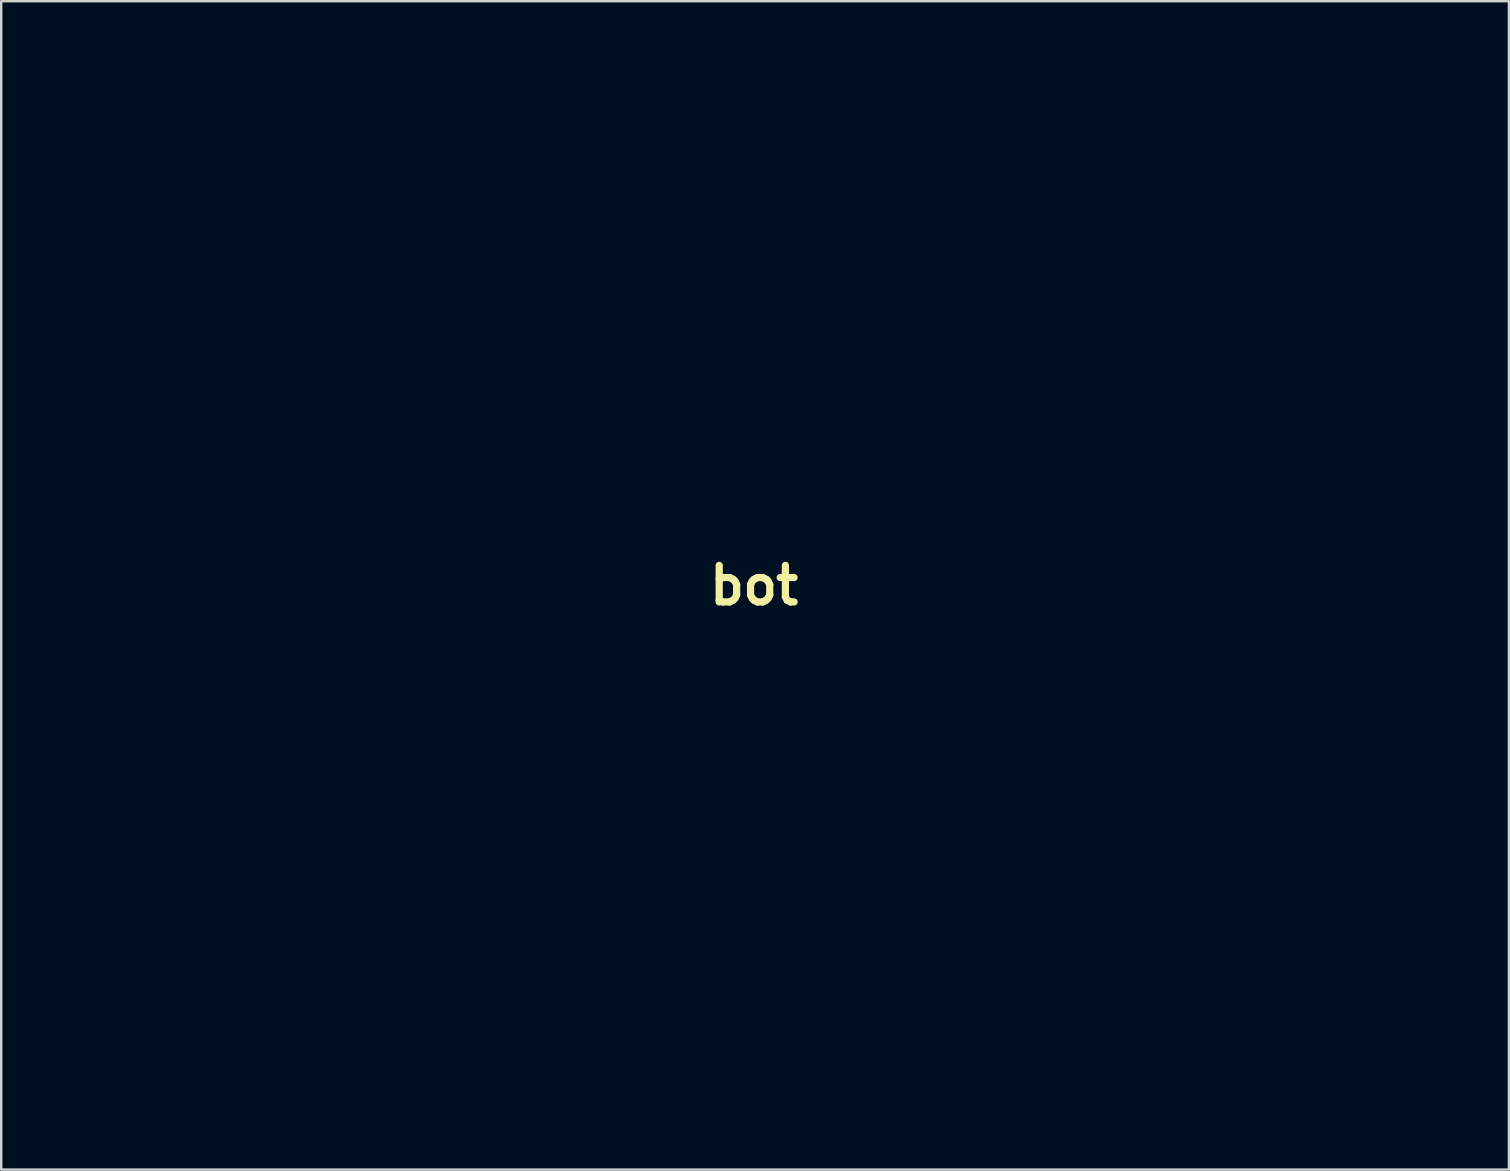
<source format=kicad_pcb>
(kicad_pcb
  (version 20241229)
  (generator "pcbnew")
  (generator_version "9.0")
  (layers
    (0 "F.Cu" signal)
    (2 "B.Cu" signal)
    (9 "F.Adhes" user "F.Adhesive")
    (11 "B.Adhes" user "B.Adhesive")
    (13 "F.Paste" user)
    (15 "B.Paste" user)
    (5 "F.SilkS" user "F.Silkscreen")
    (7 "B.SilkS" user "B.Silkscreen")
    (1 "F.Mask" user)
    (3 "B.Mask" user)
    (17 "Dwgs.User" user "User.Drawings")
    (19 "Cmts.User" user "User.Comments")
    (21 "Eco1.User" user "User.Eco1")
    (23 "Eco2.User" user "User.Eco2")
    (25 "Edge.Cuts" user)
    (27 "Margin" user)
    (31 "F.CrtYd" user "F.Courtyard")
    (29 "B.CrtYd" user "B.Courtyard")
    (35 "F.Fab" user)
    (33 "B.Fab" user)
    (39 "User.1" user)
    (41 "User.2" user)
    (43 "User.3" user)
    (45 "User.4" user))
  (footprint "bot"
    (layer "F.Cu")
    (at 28.368 21.341)
    (property "Reference" "bot" (at 0 0 0) (layer "F.SilkS") (effects (font (size 1.524 1.524) (thickness 0.3))))
    (attr through_hole)
    (fp_poly (pts (xy 24.13 4.106) (xy 24.088 4.149) (xy 24.045 4.106) (xy 24.088 4.064) (xy 24.13 4.106)) (stroke (width 0.01) (type solid)) (fill yes) (layer "F.Mask"))
    (fp_poly (pts (xy -6.786 -14.393) (xy -6.71 -14.149) (xy -6.711 -14.023) (xy -6.805 -13.976) (xy -6.943 -13.97) (xy -7.12 -13.988) (xy -7.193 -14.033) (xy -7.193 -14.034) (xy -7.154 -14.143) (xy -7.062 -14.335) (xy -7.036 -14.385) (xy -6.883 -14.672) (xy -6.786 -14.393)) (stroke (width 0.01) (type solid)) (fill yes) (layer "F.Mask"))
    (fp_poly (pts (xy -3.984 -17.422) (xy -3.903 -17.345) (xy -3.895 -17.272) (xy -3.928 -17.155) (xy -4.06 -17.108) (xy -4.186 -17.103) (xy -4.397 -17.125) (xy -4.524 -17.18) (xy -4.53 -17.187) (xy -4.546 -17.324) (xy -4.415 -17.413) (xy -4.186 -17.441) (xy -3.984 -17.422)) (stroke (width 0.01) (type solid)) (fill yes) (layer "F.Mask"))
    (fp_poly (pts (xy -3.913 -14.755) (xy -3.895 -14.617) (xy -3.895 -14.61) (xy -3.938 -14.447) (xy -4.079 -14.399) (xy -4.334 -14.462) (xy -4.389 -14.483) (xy -4.536 -14.584) (xy -4.53 -14.687) (xy -4.384 -14.769) (xy -4.206 -14.801) (xy -4 -14.806) (xy -3.913 -14.755)) (stroke (width 0.01) (type solid)) (fill yes) (layer "F.Mask"))
    (fp_poly (pts (xy -3.907 -12.131) (xy -3.895 -11.991) (xy -3.916 -11.84) (xy -4.012 -11.779) (xy -4.186 -11.769) (xy -4.398 -11.793) (xy -4.528 -11.853) (xy -4.534 -11.861) (xy -4.539 -11.992) (xy -4.382 -12.099) (xy -4.167 -12.159) (xy -3.981 -12.183) (xy -3.907 -12.131)) (stroke (width 0.01) (type solid)) (fill yes) (layer "F.Mask"))
    (fp_poly (pts (xy -6.853 -17.171) (xy -6.759 -16.993) (xy -6.74 -16.954) (xy -6.6 -16.679) (xy -6.898 -16.679) (xy -7.095 -16.691) (xy -7.194 -16.72) (xy -7.197 -16.726) (xy -7.163 -16.829) (xy -7.083 -16.992) (xy -6.991 -17.153) (xy -6.921 -17.252) (xy -6.905 -17.259) (xy -6.853 -17.171)) (stroke (width 0.01) (type solid)) (fill yes) (layer "F.Mask"))
    (fp_poly (pts (xy -6.853 -11.837) (xy -6.759 -11.659) (xy -6.74 -11.62) (xy -6.6 -11.345) (xy -6.898 -11.345) (xy -7.095 -11.357) (xy -7.194 -11.386) (xy -7.197 -11.392) (xy -7.163 -11.495) (xy -7.083 -11.658) (xy -6.991 -11.819) (xy -6.921 -11.918) (xy -6.905 -11.925) (xy -6.853 -11.837)) (stroke (width 0.01) (type solid)) (fill yes) (layer "F.Mask"))
    (fp_poly (pts (xy -3.983 -16.748) (xy -3.907 -16.667) (xy -3.895 -16.51) (xy -3.913 -16.336) (xy -4.002 -16.267) (xy -4.175 -16.256) (xy -4.424 -16.294) (xy -4.619 -16.383) (xy -4.733 -16.485) (xy -4.712 -16.56) (xy -4.619 -16.637) (xy -4.418 -16.727) (xy -4.175 -16.764) (xy -3.983 -16.748)) (stroke (width 0.01) (type solid)) (fill yes) (layer "F.Mask"))
    (fp_poly (pts (xy -3.983 -11.414) (xy -3.907 -11.333) (xy -3.895 -11.176) (xy -3.913 -11.002) (xy -4.002 -10.933) (xy -4.175 -10.922) (xy -4.424 -10.96) (xy -4.619 -11.049) (xy -4.733 -11.151) (xy -4.712 -11.226) (xy -4.619 -11.303) (xy -4.418 -11.393) (xy -4.175 -11.43) (xy -3.983 -11.414)) (stroke (width 0.01) (type solid)) (fill yes) (layer "F.Mask"))
    (fp_poly (pts (xy -9.36 -12.165) (xy -9.318 -12.07) (xy -9.313 -11.938) (xy -9.331 -11.764) (xy -9.42 -11.696) (xy -9.596 -11.684) (xy -9.805 -11.699) (xy -9.93 -11.737) (xy -9.934 -11.74) (xy -10.002 -11.897) (xy -9.926 -12.044) (xy -9.732 -12.138) (xy -9.726 -12.139) (xy -9.482 -12.181) (xy -9.36 -12.165)) (stroke (width 0.01) (type solid)) (fill yes) (layer "F.Mask"))
    (fp_poly (pts (xy -9.334 -14.757) (xy -9.314 -14.613) (xy -9.313 -14.568) (xy -9.334 -14.385) (xy -9.427 -14.317) (xy -9.546 -14.31) (xy -9.762 -14.336) (xy -9.893 -14.384) (xy -9.975 -14.518) (xy -9.977 -14.615) (xy -9.898 -14.735) (xy -9.696 -14.794) (xy -9.63 -14.801) (xy -9.423 -14.808) (xy -9.334 -14.757)) (stroke (width 0.01) (type solid)) (fill yes) (layer "F.Mask"))
    (fp_poly (pts (xy -4.035 -14.045) (xy -3.927 -14) (xy -3.896 -13.893) (xy -3.895 -13.843) (xy -3.914 -13.704) (xy -4.006 -13.644) (xy -4.216 -13.631) (xy -4.451 -13.655) (xy -4.616 -13.713) (xy -4.633 -13.726) (xy -4.707 -13.871) (xy -4.631 -13.982) (xy -4.42 -14.046) (xy -4.267 -14.055) (xy -4.035 -14.045)) (stroke (width 0.01) (type solid)) (fill yes) (layer "F.Mask"))
    (fp_poly (pts (xy -22.637 14.997) (xy -22.544 15.055) (xy -22.522 15.198) (xy -22.521 15.24) (xy -22.535 15.405) (xy -22.61 15.477) (xy -22.795 15.494) (xy -22.85 15.494) (xy -23.102 15.461) (xy -23.273 15.378) (xy -23.283 15.367) (xy -23.339 15.21) (xy -23.248 15.082) (xy -23.036 15.002) (xy -22.85 14.986) (xy -22.637 14.997)) (stroke (width 0.01) (type solid)) (fill yes) (layer "F.Mask"))
    (fp_poly (pts (xy -9.434 -17.43) (xy -9.337 -17.375) (xy -9.313 -17.248) (xy -9.313 -17.23) (xy -9.337 -17.084) (xy -9.442 -17.026) (xy -9.596 -17.018) (xy -9.805 -17.033) (xy -9.93 -17.071) (xy -9.934 -17.074) (xy -9.983 -17.199) (xy -9.991 -17.286) (xy -9.957 -17.389) (xy -9.826 -17.434) (xy -9.652 -17.441) (xy -9.434 -17.43)) (stroke (width 0.01) (type solid)) (fill yes) (layer "F.Mask"))
    (fp_poly (pts (xy 19.911 -12.933) (xy 19.971 -12.836) (xy 19.981 -12.658) (xy 19.968 -12.459) (xy 19.895 -12.377) (xy 19.714 -12.361) (xy 19.702 -12.361) (xy 19.478 -12.39) (xy 19.323 -12.461) (xy 19.321 -12.463) (xy 19.231 -12.635) (xy 19.286 -12.791) (xy 19.465 -12.906) (xy 19.743 -12.954) (xy 19.764 -12.954) (xy 19.911 -12.933)) (stroke (width 0.01) (type solid)) (fill yes) (layer "F.Mask"))
    (fp_poly (pts (xy 26.026 -15.861) (xy 26.249 -15.684) (xy 26.364 -15.496) (xy 26.404 -15.282) (xy 26.393 -15.034) (xy 26.306 -14.674) (xy 26.141 -14.432) (xy 25.92 -14.321) (xy 25.669 -14.354) (xy 25.438 -14.516) (xy 25.288 -14.768) (xy 25.23 -15.089) (xy 25.261 -15.421) (xy 25.378 -15.706) (xy 25.519 -15.853) (xy 25.761 -15.922) (xy 26.026 -15.861)) (stroke (width 0.01) (type solid)) (fill yes) (layer "F.Mask"))
    (fp_poly (pts (xy -19.863 15.068) (xy -19.669 15.224) (xy -19.546 15.485) (xy -19.5 15.802) (xy -19.536 16.122) (xy -19.662 16.395) (xy -19.699 16.441) (xy -19.914 16.57) (xy -20.178 16.591) (xy -20.421 16.507) (xy -20.527 16.406) (xy -20.617 16.173) (xy -20.655 15.858) (xy -20.637 15.54) (xy -20.569 15.315) (xy -20.38 15.123) (xy -20.112 15.036) (xy -19.863 15.068)) (stroke (width 0.01) (type solid)) (fill yes) (layer "F.Mask"))
    (fp_poly (pts (xy -16.438 12.069) (xy -16.257 12.27) (xy -16.176 12.607) (xy -16.171 12.737) (xy -16.213 13.139) (xy -16.341 13.401) (xy -16.561 13.53) (xy -16.713 13.547) (xy -16.971 13.496) (xy -17.132 13.392) (xy -17.234 13.173) (xy -17.272 12.809) (xy -17.272 12.77) (xy -17.227 12.382) (xy -17.09 12.132) (xy -16.856 12.013) (xy -16.722 12.002) (xy -16.438 12.069)) (stroke (width 0.01) (type solid)) (fill yes) (layer "F.Mask"))
    (fp_poly (pts (xy 22.81 -12.744) (xy 22.86 -12.7) (xy 22.995 -12.459) (xy 23.042 -12.14) (xy 23.001 -11.809) (xy 22.875 -11.531) (xy 22.822 -11.468) (xy 22.619 -11.305) (xy 22.431 -11.275) (xy 22.189 -11.368) (xy 22.003 -11.549) (xy 21.894 -11.829) (xy 21.867 -12.154) (xy 21.927 -12.471) (xy 22.065 -12.711) (xy 22.287 -12.842) (xy 22.558 -12.853) (xy 22.81 -12.744)) (stroke (width 0.01) (type solid)) (fill yes) (layer "F.Mask"))
    (fp_poly (pts (xy -7.227 11.758) (xy -7.132 11.957) (xy -7.007 12.249) (xy -6.902 12.509) (xy -6.766 12.853) (xy -6.652 13.134) (xy -6.575 13.317) (xy -6.551 13.369) (xy -6.461 13.396) (xy -6.239 13.443) (xy -5.922 13.503) (xy -5.621 13.556) (xy -5.251 13.621) (xy -4.948 13.68) (xy -4.747 13.724) (xy -4.684 13.745) (xy -4.731 13.81) (xy -4.882 13.958) (xy -5.115 14.165) (xy -5.333 14.35) (xy -5.688 14.662) (xy -5.902 14.888) (xy -5.98 15.034) (xy -5.978 15.059) (xy -5.948 15.216) (xy -5.91 15.479) (xy -5.869 15.807) (xy -5.83 16.159) (xy -5.796 16.491) (xy -5.773 16.764) (xy -5.765 16.936) (xy -5.769 16.973) (xy -5.849 16.944) (xy -6.044 16.842) (xy -6.323 16.684) (xy -6.647 16.491) (xy -7.493 15.976) (xy -8.327 16.418) (xy -8.664 16.592) (xy -8.942 16.726) (xy -9.131 16.807) (xy -9.198 16.823) (xy -9.194 16.731) (xy -9.154 16.51) (xy -9.085 16.196) (xy -9.014 15.902) (xy -8.793 15.019) (xy -9.52 14.309) (xy -9.795 14.031) (xy -10.012 13.794) (xy -10.148 13.623) (xy -10.183 13.542) (xy -10.182 13.541) (xy -10.076 13.509) (xy -9.839 13.467) (xy -9.508 13.42) (xy -9.187 13.382) (xy -8.813 13.34) (xy -8.509 13.304) (xy -8.309 13.277) (xy -8.247 13.265) (xy -8.204 13.191) (xy -8.093 13) (xy -7.933 12.725) (xy -7.784 12.467) (xy -7.594 12.147) (xy -7.433 11.891) (xy -7.32 11.727) (xy -7.278 11.684) (xy -7.227 11.758)) (stroke (width 0.01) (type solid)) (fill yes) (layer "F.Mask"))
    (fp_poly (pts (xy -2.879 -15.748) (xy -11.345 -15.748) (xy -11.345 -15.917) (xy -11.043 -15.917) (xy -10.661 -15.917) (xy -10.417 -15.934) (xy -10.233 -16.006) (xy -10.039 -16.165) (xy -9.948 -16.256) (xy -9.739 -16.444) (xy -9.552 -16.567) (xy -9.465 -16.595) (xy -9.364 -16.559) (xy -9.32 -16.425) (xy -9.313 -16.256) (xy -9.313 -15.917) (xy -8.636 -15.917) (xy -8.636 -15.981) (xy -8.207 -15.981) (xy -8.136 -15.941) (xy -7.951 -15.919) (xy -7.88 -15.917) (xy -7.644 -15.939) (xy -7.524 -16.019) (xy -7.493 -16.087) (xy -7.437 -16.183) (xy -7.321 -16.235) (xy -7.099 -16.254) (xy -6.94 -16.256) (xy -6.644 -16.246) (xy -6.47 -16.206) (xy -6.373 -16.124) (xy -6.35 -16.087) (xy -6.228 -15.965) (xy -6.007 -15.919) (xy -5.924 -15.917) (xy -5.589 -15.917) (xy -5.857 -16.456) (xy -5.395 -16.456) (xy -5.385 -16.389) (xy -5.29 -16.194) (xy -5.105 -16.057) (xy -4.809 -15.971) (xy -4.38 -15.928) (xy -4.043 -15.921) (xy -3.217 -15.917) (xy -3.217 -17.865) (xy -3.931 -17.865) (xy -4.294 -17.854) (xy -4.619 -17.826) (xy -4.847 -17.786) (xy -4.882 -17.775) (xy -5.144 -17.625) (xy -5.243 -17.442) (xy -5.176 -17.233) (xy -5.064 -17.106) (xy -4.952 -16.984) (xy -4.972 -16.936) (xy -5.009 -16.933) (xy -5.201 -16.859) (xy -5.344 -16.679) (xy -5.395 -16.456) (xy -5.857 -16.456) (xy -6.075 -16.895) (xy -6.562 -17.872) (xy -6.938 -17.847) (xy -7.315 -17.822) (xy -7.758 -16.933) (xy -7.933 -16.579) (xy -8.076 -16.281) (xy -8.172 -16.07) (xy -8.207 -15.981) (xy -8.636 -15.981) (xy -8.636 -17.865) (xy -9.358 -17.865) (xy -9.934 -17.834) (xy -10.354 -17.743) (xy -10.617 -17.591) (xy -10.709 -17.445) (xy -10.702 -17.231) (xy -10.594 -16.999) (xy -10.425 -16.824) (xy -10.36 -16.79) (xy -10.318 -16.734) (xy -10.376 -16.618) (xy -10.547 -16.422) (xy -10.637 -16.329) (xy -11.043 -15.917) (xy -11.345 -15.917) (xy -11.345 -18.119) (xy -2.879 -18.119) (xy -2.879 -15.748)) (stroke (width 0.01) (type solid)) (fill yes) (layer "F.Mask"))
    (fp_poly (pts (xy -2.879 -10.414) (xy -11.345 -10.414) (xy -11.345 -10.583) (xy -11.043 -10.583) (xy -10.661 -10.583) (xy -10.417 -10.6) (xy -10.233 -10.672) (xy -10.039 -10.831) (xy -9.948 -10.922) (xy -9.739 -11.11) (xy -9.552 -11.233) (xy -9.465 -11.261) (xy -9.364 -11.225) (xy -9.32 -11.091) (xy -9.313 -10.922) (xy -9.313 -10.583) (xy -8.636 -10.583) (xy -8.636 -10.654) (xy -8.199 -10.654) (xy -8.142 -10.61) (xy -7.967 -10.585) (xy -7.887 -10.583) (xy -7.649 -10.604) (xy -7.528 -10.68) (xy -7.493 -10.753) (xy -7.437 -10.849) (xy -7.321 -10.901) (xy -7.099 -10.92) (xy -6.94 -10.922) (xy -6.644 -10.912) (xy -6.47 -10.872) (xy -6.373 -10.79) (xy -6.35 -10.753) (xy -6.228 -10.631) (xy -6.007 -10.585) (xy -5.924 -10.583) (xy -5.589 -10.583) (xy -5.854 -11.117) (xy -5.394 -11.117) (xy -5.383 -11.047) (xy -5.277 -10.853) (xy -5.059 -10.715) (xy -4.714 -10.63) (xy -4.226 -10.59) (xy -4 -10.587) (xy -3.217 -10.583) (xy -3.217 -12.531) (xy -3.985 -12.531) (xy -4.483 -12.513) (xy -4.837 -12.457) (xy -5.07 -12.357) (xy -5.185 -12.243) (xy -5.243 -12.054) (xy -5.15 -11.862) (xy -5.064 -11.772) (xy -4.952 -11.65) (xy -4.972 -11.602) (xy -5.009 -11.599) (xy -5.202 -11.525) (xy -5.345 -11.344) (xy -5.394 -11.117) (xy -5.854 -11.117) (xy -6.074 -11.557) (xy -6.558 -12.531) (xy -6.941 -12.531) (xy -7.324 -12.531) (xy -7.747 -11.628) (xy -7.915 -11.268) (xy -8.057 -10.963) (xy -8.157 -10.747) (xy -8.199 -10.654) (xy -8.636 -10.654) (xy -8.636 -12.531) (xy -9.402 -12.531) (xy -9.939 -12.507) (xy -10.326 -12.433) (xy -10.578 -12.305) (xy -10.707 -12.117) (xy -10.709 -12.111) (xy -10.705 -11.87) (xy -10.57 -11.639) (xy -10.402 -11.508) (xy -10.316 -11.452) (xy -10.301 -11.385) (xy -10.371 -11.276) (xy -10.542 -11.092) (xy -10.634 -10.998) (xy -11.043 -10.583) (xy -11.345 -10.583) (xy -11.345 -12.785) (xy -2.879 -12.785) (xy -2.879 -10.414)) (stroke (width 0.01) (type solid)) (fill yes) (layer "F.Mask"))
    (fp_poly (pts (xy 22.25 11.645) (xy 22.537 11.66) (xy 22.755 11.699) (xy 22.954 11.772) (xy 23.186 11.887) (xy 23.269 11.932) (xy 23.848 12.328) (xy 24.307 12.831) (xy 24.627 13.377) (xy 24.731 13.613) (xy 24.796 13.832) (xy 24.832 14.082) (xy 24.847 14.416) (xy 24.85 14.732) (xy 24.845 15.152) (xy 24.826 15.452) (xy 24.783 15.684) (xy 24.709 15.896) (xy 24.62 16.089) (xy 24.287 16.611) (xy 23.841 17.089) (xy 23.334 17.472) (xy 23.126 17.587) (xy 22.66 17.748) (xy 22.108 17.835) (xy 21.538 17.844) (xy 21.02 17.77) (xy 20.9 17.737) (xy 20.365 17.487) (xy 19.858 17.106) (xy 19.417 16.634) (xy 19.08 16.109) (xy 18.921 15.715) (xy 18.788 14.995) (xy 18.799 14.653) (xy 18.971 14.653) (xy 19.034 14.726) (xy 19.095 14.732) (xy 19.234 14.798) (xy 19.285 14.949) (xy 19.227 15.103) (xy 19.173 15.273) (xy 19.189 15.368) (xy 19.242 15.468) (xy 19.306 15.433) (xy 19.364 15.358) (xy 19.44 15.161) (xy 19.436 15.028) (xy 19.398 14.799) (xy 19.39 14.666) (xy 19.336 14.496) (xy 19.214 14.411) (xy 19.083 14.441) (xy 19.043 14.487) (xy 18.971 14.653) (xy 18.799 14.653) (xy 18.811 14.287) (xy 18.98 13.613) (xy 19.285 12.995) (xy 19.537 12.684) (xy 20.83 12.684) (xy 20.94 12.737) (xy 21.213 12.793) (xy 21.648 12.848) (xy 21.777 12.862) (xy 22.424 12.947) (xy 22.944 13.067) (xy 23.377 13.238) (xy 23.764 13.474) (xy 23.986 13.649) (xy 24.159 13.792) (xy 24.269 13.874) (xy 24.284 13.882) (xy 24.262 13.818) (xy 24.178 13.653) (xy 24.118 13.543) (xy 23.807 13.158) (xy 23.366 12.86) (xy 22.813 12.655) (xy 22.167 12.551) (xy 21.492 12.551) (xy 21.104 12.589) (xy 20.884 12.634) (xy 20.83 12.684) (xy 19.537 12.684) (xy 19.719 12.458) (xy 20.272 12.023) (xy 20.405 11.945) (xy 20.66 11.809) (xy 20.864 11.721) (xy 21.068 11.671) (xy 21.321 11.648) (xy 21.674 11.642) (xy 21.844 11.642) (xy 22.25 11.645)) (stroke (width 0.01) (type solid)) (fill yes) (layer "F.Mask"))
    (fp_poly (pts (xy 3.846 10.334) (xy 4.132 10.382) (xy 4.248 10.43) (xy 4.603 10.599) (xy 5.082 10.737) (xy 5.402 10.797) (xy 5.661 10.817) (xy 5.872 10.764) (xy 6.109 10.627) (xy 6.327 10.495) (xy 6.496 10.444) (xy 6.698 10.463) (xy 6.866 10.501) (xy 7.281 10.6) (xy 7.281 11.857) (xy 7.277 12.3) (xy 7.266 12.68) (xy 7.249 12.966) (xy 7.228 13.128) (xy 7.218 13.152) (xy 7.106 13.164) (xy 6.879 13.156) (xy 6.646 13.136) (xy 6.138 13.081) (xy 6.113 12.774) (xy 6.009 12.455) (xy 5.779 12.203) (xy 5.461 12.038) (xy 5.092 11.98) (xy 4.755 12.034) (xy 4.571 12.107) (xy 4.505 12.205) (xy 4.521 12.392) (xy 4.529 12.434) (xy 4.568 12.615) (xy 4.623 12.78) (xy 4.711 12.962) (xy 4.848 13.191) (xy 5.052 13.498) (xy 5.316 13.879) (xy 5.788 14.643) (xy 6.131 15.413) (xy 6.372 16.253) (xy 6.402 16.392) (xy 6.465 16.71) (xy 6.487 16.923) (xy 6.464 17.091) (xy 6.391 17.274) (xy 6.311 17.434) (xy 6.189 17.653) (xy 6.056 17.815) (xy 5.872 17.957) (xy 5.594 18.114) (xy 5.419 18.203) (xy 5.118 18.352) (xy 4.881 18.465) (xy 4.743 18.525) (xy 4.722 18.531) (xy 4.633 18.515) (xy 4.425 18.485) (xy 4.216 18.458) (xy 3.798 18.361) (xy 3.384 18.166) (xy 3.225 18.067) (xy 2.978 17.895) (xy 4.953 17.895) (xy 5.24 17.732) (xy 5.478 17.541) (xy 5.672 17.296) (xy 5.684 17.273) (xy 5.808 16.891) (xy 5.831 16.554) (xy 5.819 16.129) (xy 5.765 16.512) (xy 5.653 16.905) (xy 5.417 17.321) (xy 5.13 17.689) (xy 4.953 17.895) (xy 2.978 17.895) (xy 2.935 17.865) (xy 2.75 17.684) (xy 2.62 17.469) (xy 2.544 17.286) (xy 2.447 17.023) (xy 2.395 16.82) (xy 2.388 16.629) (xy 2.428 16.398) (xy 2.515 16.079) (xy 2.575 15.879) (xy 2.793 14.978) (xy 2.897 14.127) (xy 2.888 13.344) (xy 2.764 12.652) (xy 2.594 12.197) (xy 2.468 11.898) (xy 2.399 11.612) (xy 2.373 11.263) (xy 2.371 11.085) (xy 2.371 10.433) (xy 2.646 10.385) (xy 3.055 10.334) (xy 3.471 10.317) (xy 3.846 10.334)) (stroke (width 0.01) (type solid)) (fill yes) (layer "F.Mask"))
    (fp_poly (pts (xy -2.879 -13.039) (xy -11.345 -13.039) (xy -11.345 -13.269) (xy -11.007 -13.269) (xy -10.931 -13.232) (xy -10.741 -13.21) (xy -10.643 -13.208) (xy -10.422 -13.224) (xy -10.247 -13.29) (xy -10.059 -13.439) (xy -9.906 -13.589) (xy -9.695 -13.788) (xy -9.519 -13.926) (xy -9.428 -13.97) (xy -9.353 -13.892) (xy -9.304 -13.683) (xy -9.297 -13.61) (xy -9.271 -13.384) (xy -9.208 -13.275) (xy -9.062 -13.234) (xy -8.954 -13.224) (xy -8.636 -13.198) (xy -8.636 -13.271) (xy -8.213 -13.271) (xy -8.138 -13.231) (xy -7.951 -13.209) (xy -7.888 -13.208) (xy -7.654 -13.231) (xy -7.522 -13.321) (xy -7.466 -13.42) (xy -7.389 -13.544) (xy -7.272 -13.608) (xy -7.061 -13.63) (xy -6.916 -13.631) (xy -6.644 -13.622) (xy -6.489 -13.581) (xy -6.4 -13.487) (xy -6.365 -13.42) (xy -6.255 -13.268) (xy -6.072 -13.212) (xy -5.971 -13.208) (xy -5.774 -13.228) (xy -5.675 -13.278) (xy -5.673 -13.289) (xy -5.707 -13.394) (xy -5.799 -13.618) (xy -5.839 -13.707) (xy -5.394 -13.707) (xy -5.258 -13.513) (xy -5.056 -13.376) (xy -4.787 -13.286) (xy -4.418 -13.235) (xy -3.916 -13.215) (xy -3.217 -13.208) (xy -3.217 -15.155) (xy -4.045 -15.155) (xy -4.488 -15.146) (xy -4.793 -15.117) (xy -4.991 -15.063) (xy -5.061 -15.024) (xy -5.219 -14.838) (xy -5.23 -14.632) (xy -5.122 -14.477) (xy -5.051 -14.39) (xy -5.089 -14.293) (xy -5.206 -14.175) (xy -5.384 -13.936) (xy -5.394 -13.707) (xy -5.839 -13.707) (xy -5.936 -13.927) (xy -6.09 -14.263) (xy -6.508 -15.155) (xy -7.336 -15.155) (xy -7.775 -14.245) (xy -7.946 -13.886) (xy -8.085 -13.582) (xy -8.179 -13.367) (xy -8.213 -13.271) (xy -8.636 -13.271) (xy -8.636 -15.155) (xy -9.487 -15.155) (xy -9.879 -15.152) (xy -10.142 -15.138) (xy -10.314 -15.105) (xy -10.434 -15.045) (xy -10.541 -14.951) (xy -10.545 -14.948) (xy -10.687 -14.77) (xy -10.752 -14.619) (xy -10.753 -14.609) (xy -10.691 -14.448) (xy -10.547 -14.276) (xy -10.383 -14.158) (xy -10.311 -14.139) (xy -10.313 -14.086) (xy -10.416 -13.945) (xy -10.596 -13.746) (xy -10.608 -13.734) (xy -10.81 -13.521) (xy -10.953 -13.353) (xy -11.007 -13.269) (xy -11.345 -13.269) (xy -11.345 -15.409) (xy -2.879 -15.409) (xy -2.879 -13.039)) (stroke (width 0.01) (type solid)) (fill yes) (layer "F.Mask"))
    (fp_poly (pts (xy 22.243 -2.662) (xy 22.314 -2.527) (xy 22.411 -2.356) (xy 22.583 -2.15) (xy 22.652 -2.082) (xy 22.774 -1.951) (xy 22.876 -1.795) (xy 22.971 -1.58) (xy 23.072 -1.273) (xy 23.194 -0.842) (xy 23.227 -0.72) (xy 23.397 -0.057) (xy 23.512 0.478) (xy 23.575 0.92) (xy 23.588 1.301) (xy 23.553 1.655) (xy 23.472 2.013) (xy 23.416 2.199) (xy 23.287 2.57) (xy 23.144 2.925) (xy 23.002 3.229) (xy 22.878 3.448) (xy 22.789 3.548) (xy 22.775 3.551) (xy 22.678 3.519) (xy 22.481 3.444) (xy 22.368 3.399) (xy 22.018 3.171) (xy 21.707 2.8) (xy 21.472 2.357) (xy 22.013 2.357) (xy 22.042 2.519) (xy 22.072 2.57) (xy 22.166 2.574) (xy 22.269 2.483) (xy 22.326 2.359) (xy 22.315 2.294) (xy 22.193 2.206) (xy 22.067 2.235) (xy 22.013 2.357) (xy 21.472 2.357) (xy 21.448 2.311) (xy 21.258 1.728) (xy 21.232 1.609) (xy 22.606 1.609) (xy 22.634 1.803) (xy 22.712 1.841) (xy 22.794 1.739) (xy 22.818 1.609) (xy 22.778 1.441) (xy 22.712 1.376) (xy 22.632 1.42) (xy 22.606 1.609) (xy 21.232 1.609) (xy 21.213 1.517) (xy 21.124 0.854) (xy 21.088 0.123) (xy 21.09 0.056) (xy 21.587 0.056) (xy 21.607 0.22) (xy 21.644 0.28) (xy 21.745 0.304) (xy 21.791 0.239) (xy 22.62 0.239) (xy 22.623 0.485) (xy 22.697 0.643) (xy 22.778 0.677) (xy 22.835 0.601) (xy 22.847 0.401) (xy 22.844 0.36) (xy 22.8 0.141) (xy 22.73 0.048) (xy 22.66 0.094) (xy 22.62 0.239) (xy 21.791 0.239) (xy 21.821 0.196) (xy 21.844 0.037) (xy 21.799 -0.129) (xy 21.717 -0.169) (xy 21.628 -0.1) (xy 21.587 0.056) (xy 21.09 0.056) (xy 21.105 -0.606) (xy 21.175 -1.265) (xy 21.199 -1.397) (xy 22.013 -1.397) (xy 22.043 -1.233) (xy 22.146 -1.199) (xy 22.162 -1.201) (xy 22.283 -1.297) (xy 22.31 -1.397) (xy 22.245 -1.547) (xy 22.162 -1.593) (xy 22.049 -1.57) (xy 22.014 -1.42) (xy 22.013 -1.397) (xy 21.199 -1.397) (xy 21.21 -1.455) (xy 21.289 -1.793) (xy 21.375 -2.022) (xy 21.499 -2.2) (xy 21.691 -2.385) (xy 21.697 -2.389) (xy 21.958 -2.601) (xy 22.132 -2.69) (xy 22.243 -2.662)) (stroke (width 0.01) (type solid)) (fill yes) (layer "F.Mask"))
    (fp_poly (pts (xy 9.531 10.457) (xy 9.725 10.524) (xy 9.92 10.614) (xy 10.27 10.751) (xy 10.655 10.856) (xy 10.837 10.886) (xy 11.132 10.906) (xy 11.338 10.876) (xy 11.534 10.778) (xy 11.614 10.725) (xy 11.814 10.601) (xy 11.975 10.556) (xy 12.174 10.579) (xy 12.334 10.617) (xy 12.742 10.721) (xy 12.766 12.007) (xy 12.789 13.293) (xy 12.459 13.293) (xy 12.16 13.278) (xy 11.882 13.243) (xy 11.864 13.24) (xy 11.677 13.178) (xy 11.607 13.055) (xy 11.599 12.922) (xy 11.54 12.659) (xy 11.397 12.405) (xy 11.272 12.268) (xy 11.142 12.192) (xy 10.951 12.159) (xy 10.645 12.151) (xy 10.642 12.151) (xy 10.349 12.16) (xy 10.124 12.184) (xy 10.023 12.216) (xy 9.989 12.363) (xy 10.049 12.62) (xy 10.194 12.963) (xy 10.413 13.369) (xy 10.696 13.813) (xy 10.723 13.852) (xy 11.239 14.684) (xy 11.613 15.489) (xy 11.858 16.302) (xy 11.898 16.493) (xy 11.956 16.816) (xy 11.975 17.033) (xy 11.949 17.208) (xy 11.873 17.401) (xy 11.797 17.56) (xy 11.671 17.794) (xy 11.538 17.961) (xy 11.355 18.101) (xy 11.076 18.255) (xy 10.952 18.317) (xy 10.643 18.46) (xy 10.378 18.565) (xy 10.205 18.614) (xy 10.18 18.615) (xy 10.012 18.597) (xy 9.752 18.566) (xy 9.61 18.548) (xy 9.13 18.416) (xy 8.681 18.166) (xy 8.335 17.853) (xy 10.634 17.853) (xy 10.695 17.853) (xy 10.857 17.722) (xy 10.998 17.579) (xy 11.145 17.337) (xy 11.251 17.008) (xy 11.301 16.662) (xy 11.28 16.37) (xy 11.262 16.315) (xy 11.218 16.239) (xy 11.193 16.298) (xy 11.182 16.508) (xy 11.181 16.559) (xy 11.161 16.829) (xy 11.089 17.06) (xy 10.942 17.319) (xy 10.838 17.472) (xy 10.679 17.724) (xy 10.634 17.853) (xy 8.335 17.853) (xy 8.309 17.828) (xy 8.058 17.437) (xy 8.052 17.424) (xy 7.941 17.129) (xy 7.89 16.89) (xy 7.901 16.648) (xy 7.973 16.345) (xy 8.052 16.087) (xy 8.195 15.552) (xy 8.308 14.95) (xy 8.385 14.341) (xy 8.416 13.786) (xy 8.406 13.448) (xy 8.285 12.838) (xy 8.075 12.286) (xy 7.903 11.87) (xy 7.815 11.529) (xy 7.799 11.197) (xy 7.843 10.823) (xy 7.894 10.513) (xy 8.681 10.454) (xy 9.063 10.429) (xy 9.328 10.428) (xy 9.531 10.457)) (stroke (width 0.01) (type solid)) (fill yes) (layer "F.Mask"))
    (fp_poly (pts (xy 17.839 -2.676) (xy 17.896 -2.574) (xy 17.905 -2.545) (xy 18 -2.389) (xy 18.173 -2.195) (xy 18.239 -2.134) (xy 18.37 -2.003) (xy 18.482 -1.844) (xy 18.587 -1.631) (xy 18.693 -1.339) (xy 18.811 -0.942) (xy 18.953 -0.413) (xy 19.004 -0.215) (xy 19.152 0.478) (xy 19.208 1.078) (xy 19.175 1.633) (xy 19.052 2.194) (xy 19.041 2.235) (xy 18.925 2.576) (xy 18.785 2.914) (xy 18.64 3.213) (xy 18.508 3.436) (xy 18.407 3.547) (xy 18.386 3.553) (xy 18.284 3.516) (xy 18.085 3.426) (xy 17.953 3.362) (xy 17.605 3.105) (xy 17.294 2.717) (xy 17.225 2.583) (xy 18.121 2.583) (xy 18.16 2.719) (xy 18.175 2.738) (xy 18.252 2.788) (xy 18.284 2.71) (xy 18.288 2.582) (xy 18.259 2.423) (xy 18.203 2.371) (xy 18.137 2.438) (xy 18.121 2.583) (xy 17.225 2.583) (xy 17.044 2.234) (xy 16.915 1.812) (xy 17.454 1.812) (xy 17.498 1.951) (xy 17.582 2.001) (xy 17.61 1.99) (xy 17.682 1.87) (xy 17.695 1.778) (xy 17.656 1.619) (xy 17.569 1.558) (xy 17.483 1.624) (xy 17.474 1.646) (xy 17.454 1.812) (xy 16.915 1.812) (xy 16.879 1.693) (xy 16.86 1.598) (xy 16.813 1.206) (xy 16.808 1.121) (xy 18.219 1.121) (xy 18.23 1.3) (xy 18.237 1.319) (xy 18.327 1.42) (xy 18.429 1.388) (xy 18.495 1.249) (xy 18.5 1.185) (xy 18.46 1.018) (xy 18.394 0.953) (xy 18.283 0.984) (xy 18.219 1.121) (xy 16.808 1.121) (xy 16.784 0.707) (xy 16.771 0.148) (xy 16.773 -0.102) (xy 17.967 -0.102) (xy 18.028 0.038) (xy 18.116 0.085) (xy 18.182 0.012) (xy 18.203 -0.127) (xy 18.166 -0.297) (xy 18.077 -0.334) (xy 17.989 -0.25) (xy 17.967 -0.102) (xy 16.773 -0.102) (xy 16.776 -0.421) (xy 16.795 -0.889) (xy 17.272 -0.889) (xy 17.304 -0.724) (xy 17.378 -0.699) (xy 17.468 -0.802) (xy 17.484 -0.889) (xy 17.434 -1.037) (xy 17.378 -1.079) (xy 17.296 -1.038) (xy 17.272 -0.889) (xy 16.795 -0.889) (xy 16.798 -0.953) (xy 16.834 -1.372) (xy 18.052 -1.372) (xy 18.113 -1.232) (xy 18.201 -1.185) (xy 18.266 -1.258) (xy 18.288 -1.397) (xy 18.251 -1.567) (xy 18.162 -1.604) (xy 18.074 -1.52) (xy 18.052 -1.372) (xy 16.834 -1.372) (xy 16.837 -1.398) (xy 16.874 -1.632) (xy 16.953 -1.938) (xy 17.064 -2.148) (xy 17.252 -2.337) (xy 17.347 -2.415) (xy 17.597 -2.604) (xy 17.75 -2.689) (xy 17.839 -2.676)) (stroke (width 0.01) (type solid)) (fill yes) (layer "F.Mask"))
    (fp_poly (pts (xy -21.37 -19.821) (xy -21.277 -19.618) (xy -21.15 -19.315) (xy -21.001 -18.941) (xy -20.97 -18.86) (xy -20.763 -18.286) (xy -20.633 -17.843) (xy -20.576 -17.511) (xy -20.573 -17.42) (xy -20.561 -17.186) (xy -20.529 -17.041) (xy -20.507 -17.018) (xy -20.401 -17.008) (xy -20.163 -16.981) (xy -19.829 -16.941) (xy -19.446 -16.895) (xy -18.845 -16.806) (xy -18.382 -16.694) (xy -18.029 -16.534) (xy -17.757 -16.302) (xy -17.538 -15.975) (xy -17.343 -15.528) (xy -17.152 -14.96) (xy -16.88 -14.093) (xy -17.108 -12.994) (xy -17.342 -11.997) (xy -17.597 -11.162) (xy -17.877 -10.482) (xy -18.183 -9.95) (xy -18.52 -9.56) (xy -18.648 -9.454) (xy -18.846 -9.322) (xy -19.115 -9.165) (xy -19.412 -9.005) (xy -19.694 -8.864) (xy -19.918 -8.765) (xy -20.04 -8.729) (xy -20.042 -8.729) (xy -20.162 -8.755) (xy -20.369 -8.806) (xy -20.405 -8.816) (xy -20.598 -8.84) (xy -20.919 -8.854) (xy -21.327 -8.856) (xy -21.781 -8.846) (xy -21.891 -8.841) (xy -22.514 -8.824) (xy -22.999 -8.846) (xy -23.373 -8.924) (xy -23.666 -9.079) (xy -23.906 -9.328) (xy -24.124 -9.689) (xy -24.255 -9.978) (xy -20.534 -9.978) (xy -20.488 -9.861) (xy -20.484 -9.854) (xy -20.385 -9.705) (xy -20.318 -9.652) (xy -20.224 -9.7) (xy -20.042 -9.822) (xy -19.883 -9.94) (xy -19.542 -10.266) (xy -19.196 -10.714) (xy -18.872 -11.237) (xy -18.6 -11.792) (xy -18.429 -12.255) (xy -18.337 -12.569) (xy -18.271 -12.809) (xy -18.243 -12.94) (xy -18.244 -12.954) (xy -18.297 -12.887) (xy -18.425 -12.702) (xy -18.611 -12.425) (xy -18.839 -12.08) (xy -18.953 -11.904) (xy -19.199 -11.532) (xy -19.416 -11.214) (xy -19.587 -10.976) (xy -19.693 -10.843) (xy -19.715 -10.824) (xy -19.814 -10.755) (xy -19.995 -10.603) (xy -20.193 -10.425) (xy -20.407 -10.219) (xy -20.514 -10.084) (xy -20.534 -9.978) (xy -24.255 -9.978) (xy -24.347 -10.181) (xy -24.469 -10.478) (xy -24.661 -10.992) (xy -24.813 -11.491) (xy -24.938 -12.022) (xy -25.044 -12.629) (xy -25.143 -13.359) (xy -25.146 -13.377) (xy -25.191 -13.82) (xy -25.201 -14.189) (xy -25.174 -14.562) (xy -25.109 -15.018) (xy -25.024 -15.454) (xy -24.929 -15.81) (xy -24.833 -16.047) (xy -24.812 -16.081) (xy -24.56 -16.325) (xy -24.185 -16.553) (xy -23.729 -16.743) (xy -23.239 -16.873) (xy -23.182 -16.883) (xy -22.587 -16.983) (xy -23.041 -17.324) (xy -23.354 -17.526) (xy -23.748 -17.731) (xy -24.138 -17.898) (xy -24.154 -17.904) (xy -24.462 -18.021) (xy -24.702 -18.122) (xy -24.836 -18.191) (xy -24.849 -18.203) (xy -24.792 -18.256) (xy -24.607 -18.354) (xy -24.327 -18.48) (xy -24.095 -18.575) (xy -23.305 -18.888) (xy -22.468 -18.556) (xy -22.081 -18.397) (xy -21.818 -18.27) (xy -21.642 -18.153) (xy -21.518 -18.021) (xy -21.436 -17.897) (xy -21.239 -17.568) (xy -21.29 -17.879) (xy -21.357 -18.101) (xy -21.489 -18.407) (xy -21.659 -18.738) (xy -21.694 -18.799) (xy -22.047 -19.408) (xy -21.755 -19.65) (xy -21.569 -19.797) (xy -21.441 -19.884) (xy -21.416 -19.894) (xy -21.37 -19.821)) (stroke (width 0.01) (type solid)) (fill yes) (layer "F.Mask"))
    (fp_poly (pts (xy -19.529 -3.519) (xy -18.971 -3.442) (xy -18.932 -3.434) (xy -18.113 -3.184) (xy -17.371 -2.823) (xy -16.727 -2.365) (xy -16.201 -1.827) (xy -15.815 -1.222) (xy -15.799 -1.19) (xy -15.658 -0.865) (xy -15.578 -0.589) (xy -15.543 -0.284) (xy -15.536 0.044) (xy -15.546 0.422) (xy -15.585 0.707) (xy -15.67 0.973) (xy -15.813 1.285) (xy -16.207 1.9) (xy -16.742 2.444) (xy -17.397 2.903) (xy -18.152 3.262) (xy -18.675 3.432) (xy -19.17 3.529) (xy -19.754 3.588) (xy -20.367 3.607) (xy -20.943 3.584) (xy -21.419 3.517) (xy -21.421 3.516) (xy -22.324 3.248) (xy -23.115 2.871) (xy -23.784 2.391) (xy -24.323 1.816) (xy -24.677 1.246) (xy -24.796 0.982) (xy -24.868 0.778) (xy -24.58 0.778) (xy -24.507 1.115) (xy -24.5 1.136) (xy -24.411 1.354) (xy -24.292 1.502) (xy -24.095 1.626) (xy -23.892 1.722) (xy -23.626 1.835) (xy -23.418 1.914) (xy -23.326 1.94) (xy -23.211 1.921) (xy -22.973 1.87) (xy -22.656 1.794) (xy -22.491 1.752) (xy -21.741 1.562) (xy -22.299 1.098) (xy -22.552 0.883) (xy -22.746 0.707) (xy -22.849 0.599) (xy -22.859 0.581) (xy -22.782 0.541) (xy -22.573 0.473) (xy -22.264 0.386) (xy -21.907 0.295) (xy -21.525 0.198) (xy -21.204 0.11) (xy -20.98 0.041) (xy -20.889 0.003) (xy -20.935 -0.053) (xy -21.108 -0.164) (xy -21.382 -0.313) (xy -21.729 -0.486) (xy -21.762 -0.502) (xy -22.164 -0.691) (xy -22.43 -0.825) (xy -22.569 -0.933) (xy -22.594 -1.042) (xy -22.517 -1.179) (xy -22.348 -1.372) (xy -22.19 -1.545) (xy -21.982 -1.778) (xy -22.748 -1.778) (xy -23.312 -1.771) (xy -23.73 -1.747) (xy -24.024 -1.701) (xy -24.218 -1.63) (xy -24.333 -1.527) (xy -24.374 -1.45) (xy -24.48 -1.14) (xy -24.55 -0.868) (xy -24.576 -0.672) (xy -24.549 -0.593) (xy -24.547 -0.593) (xy -24.499 -0.517) (xy -24.474 -0.324) (xy -24.474 -0.062) (xy -24.496 0.218) (xy -24.542 0.468) (xy -24.548 0.489) (xy -24.58 0.778) (xy -24.868 0.778) (xy -24.874 0.761) (xy -24.892 0.667) (xy -24.948 0.56) (xy -25.132 0.461) (xy -25.379 0.381) (xy -25.746 0.276) (xy -26.135 0.165) (xy -26.31 0.115) (xy -26.755 -0.012) (xy -26.755 -0.42) (xy -26.712 -0.785) (xy -26.607 -1.011) (xy -26.505 -1.118) (xy -26.402 -1.15) (xy -26.235 -1.113) (xy -26.09 -1.063) (xy -25.768 -0.954) (xy -25.414 -0.842) (xy -25.315 -0.812) (xy -24.908 -0.691) (xy -24.645 -1.227) (xy -24.255 -1.833) (xy -23.722 -2.375) (xy -23.325 -2.655) (xy -20.414 -2.655) (xy -20.307 -2.617) (xy -20.235 -2.597) (xy -20.041 -2.541) (xy -19.727 -2.449) (xy -19.336 -2.332) (xy -18.909 -2.204) (xy -18.881 -2.195) (xy -18.474 -2.075) (xy -18.119 -1.974) (xy -17.851 -1.904) (xy -17.704 -1.872) (xy -17.695 -1.871) (xy -17.688 -1.918) (xy -17.79 -2.045) (xy -17.979 -2.227) (xy -17.992 -2.238) (xy -18.435 -2.542) (xy -18.938 -2.718) (xy -19.526 -2.771) (xy -19.968 -2.743) (xy -20.262 -2.708) (xy -20.404 -2.682) (xy -20.414 -2.655) (xy -23.325 -2.655) (xy -23.067 -2.836) (xy -22.307 -3.202) (xy -21.971 -3.321) (xy -21.452 -3.441) (xy -20.831 -3.516) (xy -20.169 -3.542) (xy -19.529 -3.519)) (stroke (width 0.01) (type solid)) (fill yes) (layer "F.Mask"))
    (fp_poly (pts (xy -7.226 10.064) (xy -7.122 10.267) (xy -6.974 10.574) (xy -6.796 10.961) (xy -6.651 11.282) (xy -6.457 11.716) (xy -6.283 12.095) (xy -6.143 12.393) (xy -6.05 12.583) (xy -6.018 12.637) (xy -5.919 12.672) (xy -5.682 12.731) (xy -5.335 12.806) (xy -4.906 12.891) (xy -4.525 12.962) (xy -4.055 13.049) (xy -3.647 13.126) (xy -3.328 13.188) (xy -3.126 13.23) (xy -3.067 13.246) (xy -3.118 13.307) (xy -3.273 13.462) (xy -3.511 13.689) (xy -3.811 13.967) (xy -3.956 14.1) (xy -4.299 14.413) (xy -4.613 14.7) (xy -4.868 14.934) (xy -5.037 15.089) (xy -5.068 15.118) (xy -5.268 15.304) (xy -5.082 16.71) (xy -5.021 17.182) (xy -4.973 17.597) (xy -4.939 17.926) (xy -4.923 18.137) (xy -4.924 18.201) (xy -5.003 18.189) (xy -5.203 18.103) (xy -5.499 17.954) (xy -5.869 17.754) (xy -6.197 17.568) (xy -6.612 17.33) (xy -6.978 17.126) (xy -7.269 16.969) (xy -7.459 16.872) (xy -7.52 16.849) (xy -7.619 16.884) (xy -7.843 16.982) (xy -8.166 17.13) (xy -8.561 17.317) (xy -8.901 17.481) (xy -9.328 17.684) (xy -9.699 17.852) (xy -9.989 17.974) (xy -10.172 18.04) (xy -10.226 18.045) (xy -10.217 17.943) (xy -10.178 17.704) (xy -10.114 17.357) (xy -10.03 16.93) (xy -9.952 16.554) (xy -9.655 15.131) (xy -10.671 14.08) (xy -11 13.733) (xy -11.28 13.427) (xy -11.465 13.214) (xy -11.253 13.214) (xy -10.283 14.154) (xy -9.953 14.482) (xy -9.671 14.779) (xy -9.458 15.021) (xy -9.335 15.184) (xy -9.313 15.234) (xy -9.333 15.365) (xy -9.386 15.625) (xy -9.466 15.981) (xy -9.565 16.399) (xy -9.598 16.535) (xy -9.697 16.95) (xy -9.776 17.3) (xy -9.828 17.554) (xy -9.846 17.684) (xy -9.844 17.695) (xy -9.759 17.657) (xy -9.554 17.552) (xy -9.254 17.393) (xy -8.888 17.196) (xy -8.715 17.103) (xy -8.323 16.893) (xy -7.98 16.715) (xy -7.717 16.585) (xy -7.56 16.517) (xy -7.533 16.51) (xy -7.431 16.551) (xy -7.213 16.665) (xy -6.906 16.835) (xy -6.539 17.047) (xy -6.373 17.145) (xy -5.992 17.369) (xy -5.663 17.559) (xy -5.414 17.698) (xy -5.271 17.772) (xy -5.248 17.78) (xy -5.238 17.701) (xy -5.25 17.486) (xy -5.282 17.164) (xy -5.33 16.767) (xy -5.344 16.658) (xy -5.419 16.114) (xy -5.47 15.706) (xy -5.485 15.404) (xy -5.455 15.174) (xy -5.37 14.986) (xy -5.218 14.807) (xy -4.991 14.606) (xy -4.678 14.35) (xy -4.575 14.267) (xy -4.198 13.95) (xy -3.945 13.723) (xy -3.805 13.571) (xy -3.765 13.485) (xy -3.793 13.455) (xy -3.927 13.423) (xy -4.192 13.371) (xy -4.553 13.304) (xy -4.976 13.23) (xy -5.092 13.21) (xy -6.247 13.014) (xy -6.695 11.879) (xy -6.858 11.473) (xy -7.001 11.127) (xy -7.113 10.869) (xy -7.18 10.73) (xy -7.192 10.713) (xy -7.249 10.772) (xy -7.373 10.953) (xy -7.549 11.233) (xy -7.761 11.585) (xy -7.872 11.776) (xy -8.108 12.19) (xy -8.287 12.489) (xy -8.442 12.694) (xy -8.606 12.827) (xy -8.814 12.908) (xy -9.097 12.959) (xy -9.489 13.002) (xy -9.864 13.039) (xy -10.257 13.081) (xy -10.616 13.122) (xy -10.888 13.157) (xy -10.982 13.17) (xy -11.253 13.214) (xy -11.465 13.214) (xy -11.493 13.182) (xy -11.619 13.019) (xy -11.646 12.961) (xy -11.547 12.922) (xy -11.325 12.879) (xy -11.026 12.843) (xy -10.988 12.839) (xy -10.612 12.803) (xy -10.15 12.755) (xy -9.685 12.703) (xy -9.546 12.687) (xy -8.721 12.589) (xy -8.023 11.29) (xy -7.793 10.868) (xy -7.59 10.503) (xy -7.426 10.219) (xy -7.316 10.041) (xy -7.275 9.991) (xy -7.226 10.064)) (stroke (width 0.01) (type solid)) (fill yes) (layer "F.Mask"))
    (fp_poly (pts (xy 28.448 21.336) (xy -28.363 21.336) (xy -28.363 17.081) (xy -28.094 17.081) (xy -28.094 17.959) (xy -28.093 18.75) (xy -28.091 19.442) (xy -28.087 20.022) (xy -28.083 20.476) (xy -28.078 20.791) (xy -28.073 20.956) (xy -28.07 20.977) (xy -28.031 20.996) (xy -27.924 21.014) (xy -27.74 21.028) (xy -27.47 21.04) (xy -27.103 21.05) (xy -26.632 21.057) (xy -26.046 21.063) (xy -25.337 21.066) (xy -24.496 21.067) (xy -23.512 21.067) (xy -22.377 21.065) (xy -21.148 21.061) (xy -14.266 21.04) (xy -14.266 17.08) (xy -13.955 17.08) (xy -13.955 17.959) (xy -13.954 18.75) (xy -13.951 19.442) (xy -13.948 20.021) (xy -13.944 20.475) (xy -13.939 20.791) (xy -13.934 20.955) (xy -13.931 20.976) (xy -13.891 20.996) (xy -13.78 21.013) (xy -13.591 21.028) (xy -13.312 21.041) (xy -12.936 21.052) (xy -12.453 21.061) (xy -11.854 21.068) (xy -11.13 21.074) (xy -10.271 21.078) (xy -9.27 21.08) (xy -8.115 21.082) (xy -7.03 21.082) (xy -0.169 21.082) (xy -0.169 17.08) (xy 0.184 17.08) (xy 0.185 17.959) (xy 0.186 18.75) (xy 0.188 19.442) (xy 0.191 20.021) (xy 0.195 20.475) (xy 0.2 20.791) (xy 0.206 20.955) (xy 0.208 20.976) (xy 0.248 20.996) (xy 0.359 21.013) (xy 0.549 21.028) (xy 0.827 21.041) (xy 1.203 21.052) (xy 1.686 21.061) (xy 2.285 21.068) (xy 3.009 21.074) (xy 3.868 21.078) (xy 4.87 21.08) (xy 6.024 21.082) (xy 7.109 21.082) (xy 13.97 21.082) (xy 13.97 7.197) (xy 14.309 7.197) (xy 14.309 14.083) (xy 14.309 15.148) (xy 14.311 16.164) (xy 14.314 17.118) (xy 14.319 17.998) (xy 14.324 18.791) (xy 14.33 19.484) (xy 14.337 20.064) (xy 14.344 20.519) (xy 14.352 20.836) (xy 14.361 21.003) (xy 14.365 21.026) (xy 14.457 21.034) (xy 14.705 21.043) (xy 15.097 21.05) (xy 15.62 21.058) (xy 16.261 21.064) (xy 17.008 21.07) (xy 17.848 21.074) (xy 18.767 21.078) (xy 19.755 21.081) (xy 20.797 21.082) (xy 21.265 21.082) (xy 28.109 21.082) (xy 28.109 7.197) (xy 14.309 7.197) (xy 13.97 7.197) (xy 13.97 7.196) (xy 7.091 7.217) (xy 0.212 7.239) (xy 0.19 14.055) (xy 0.187 15.116) (xy 0.185 16.128) (xy 0.184 17.08) (xy -0.169 17.08) (xy -0.169 7.196) (xy -7.048 7.217) (xy -13.928 7.239) (xy -13.95 14.055) (xy -13.952 15.116) (xy -13.954 16.128) (xy -13.955 17.08) (xy -14.266 17.08) (xy -14.266 7.239) (xy -28.067 7.239) (xy -28.089 14.055) (xy -28.092 15.116) (xy -28.094 16.129) (xy -28.094 17.081) (xy -28.363 17.081) (xy -28.363 -6.943) (xy -28.025 -6.943) (xy -28.025 6.944) (xy -21.145 6.922) (xy -14.266 6.9) (xy -14.245 -0.021) (xy -14.223 -6.943) (xy -13.97 -6.943) (xy -13.97 6.943) (xy 14.055 6.943) (xy 14.055 2.941) (xy 14.324 2.941) (xy 14.324 3.819) (xy 14.325 4.611) (xy 14.327 5.303) (xy 14.331 5.882) (xy 14.335 6.336) (xy 14.34 6.652) (xy 14.345 6.817) (xy 14.348 6.837) (xy 14.387 6.857) (xy 14.494 6.874) (xy 14.678 6.889) (xy 14.948 6.901) (xy 15.315 6.91) (xy 15.786 6.918) (xy 16.372 6.923) (xy 17.081 6.927) (xy 17.922 6.928) (xy 18.906 6.928) (xy 20.041 6.925) (xy 21.27 6.922) (xy 28.152 6.9) (xy 28.152 -6.9) (xy 14.351 -6.9) (xy 14.329 -0.085) (xy 14.326 0.976) (xy 14.324 1.989) (xy 14.324 2.941) (xy 14.055 2.941) (xy 14.055 -6.943) (xy -13.97 -6.943) (xy -14.223 -6.943) (xy -28.025 -6.943) (xy -28.363 -6.943) (xy -28.363 -7.196) (xy 14.393 -7.196) (xy 28.152 -7.239) (xy 28.152 -21.04) (xy 21.273 -21.061) (xy 14.393 -21.083) (xy 14.393 -7.196) (xy -28.363 -7.196) (xy -28.363 -7.197) (xy -28.025 -7.197) (xy -14.223 -7.197) (xy -14.245 -14.118) (xy -14.266 -21.04) (xy -21.145 -21.061) (xy -27.708 -21.082) (xy -13.885 -21.082) (xy -13.885 -7.197) (xy -0.085 -7.197) (xy 0.254 -7.197) (xy 14.056 -7.197) (xy 14.034 -14.118) (xy 14.012 -21.04) (xy 7.133 -21.061) (xy 0.254 -21.083) (xy 0.254 -7.197) (xy -0.085 -7.197) (xy -0.085 -21.082) (xy -13.885 -21.082) (xy -27.708 -21.082) (xy -28.025 -21.083) (xy -28.025 -7.197) (xy -28.363 -7.197) (xy -28.363 -21.336) (xy 28.448 -21.336) (xy 28.448 21.336)) (stroke (width 0.01) (type solid)) (fill yes) (layer "F.Mask"))
    (fp_poly (pts (xy 7.81 -18.026) (xy 8.059 -17.992) (xy 8.205 -17.908) (xy 8.283 -17.749) (xy 8.326 -17.494) (xy 8.336 -17.4) (xy 8.39 -17.056) (xy 8.483 -16.806) (xy 8.643 -16.575) (xy 8.676 -16.536) (xy 8.899 -16.193) (xy 9.085 -15.763) (xy 9.202 -15.323) (xy 9.229 -15.053) (xy 9.253 -14.893) (xy 9.332 -14.662) (xy 9.471 -14.346) (xy 9.678 -13.93) (xy 9.96 -13.399) (xy 10.309 -12.764) (xy 10.6 -12.209) (xy 10.79 -11.757) (xy 10.884 -11.383) (xy 10.887 -11.059) (xy 10.806 -10.757) (xy 10.736 -10.609) (xy 10.639 -10.437) (xy 10.539 -10.316) (xy 10.399 -10.222) (xy 10.18 -10.134) (xy 9.846 -10.026) (xy 9.737 -9.993) (xy 9.386 -9.892) (xy 9.052 -9.814) (xy 8.697 -9.753) (xy 8.283 -9.702) (xy 7.773 -9.657) (xy 7.197 -9.616) (xy 6.945 -9.613) (xy 6.568 -9.626) (xy 6.111 -9.652) (xy 5.618 -9.689) (xy 5.428 -9.706) (xy 4.921 -9.755) (xy 4.547 -9.798) (xy 4.274 -9.845) (xy 4.067 -9.901) (xy 3.89 -9.975) (xy 3.711 -10.074) (xy 3.686 -10.089) (xy 3.318 -10.367) (xy 3.03 -10.694) (xy 3.01 -10.725) (xy 2.98 -10.773) (xy 3.151 -10.773) (xy 3.291 -10.627) (xy 3.595 -10.444) (xy 3.778 -10.353) (xy 4.082 -10.216) (xy 4.34 -10.122) (xy 4.606 -10.061) (xy 4.933 -10.019) (xy 5.372 -9.986) (xy 5.408 -9.983) (xy 5.875 -9.962) (xy 6.443 -9.948) (xy 7.045 -9.944) (xy 7.612 -9.95) (xy 7.678 -9.951) (xy 8.216 -9.968) (xy 8.628 -9.992) (xy 8.961 -10.03) (xy 9.258 -10.088) (xy 9.565 -10.17) (xy 9.696 -10.21) (xy 10.13 -10.364) (xy 10.396 -10.503) (xy 10.495 -10.629) (xy 10.429 -10.742) (xy 10.408 -10.756) (xy 10.293 -10.798) (xy 10.078 -10.836) (xy 9.748 -10.873) (xy 9.286 -10.91) (xy 8.677 -10.949) (xy 8.375 -10.966) (xy 7.479 -11.016) (xy 7.515 -10.769) (xy 7.515 -10.591) (xy 7.425 -10.459) (xy 7.256 -10.34) (xy 7.037 -10.23) (xy 6.84 -10.211) (xy 6.599 -10.286) (xy 6.456 -10.351) (xy 6.303 -10.504) (xy 6.271 -10.715) (xy 6.367 -10.905) (xy 6.395 -10.97) (xy 6.297 -11.005) (xy 6.092 -11.019) (xy 5.76 -11.025) (xy 5.347 -11.025) (xy 4.892 -11.019) (xy 4.433 -11.009) (xy 4.01 -10.995) (xy 3.66 -10.979) (xy 3.424 -10.961) (xy 3.365 -10.953) (xy 3.176 -10.882) (xy 3.151 -10.773) (xy 2.98 -10.773) (xy 2.774 -11.099) (xy 2.853 -11.307) (xy 3.418 -11.307) (xy 3.524 -11.268) (xy 3.695 -11.262) (xy 3.932 -11.278) (xy 4.099 -11.316) (xy 4.118 -11.325) (xy 4.169 -11.428) (xy 4.205 -11.62) (xy 4.221 -11.839) (xy 4.214 -11.989) (xy 7.784 -11.989) (xy 7.828 -11.98) (xy 8.013 -11.973) (xy 8.324 -11.97) (xy 8.382 -11.97) (xy 8.711 -11.972) (xy 8.916 -11.978) (xy 8.983 -11.988) (xy 8.897 -11.999) (xy 8.869 -12.001) (xy 8.481 -12.013) (xy 8.062 -12.008) (xy 7.895 -12.001) (xy 7.784 -11.989) (xy 4.214 -11.989) (xy 4.212 -12.022) (xy 4.189 -12.076) (xy 5.213 -12.076) (xy 5.228 -12.068) (xy 5.388 -12.062) (xy 5.681 -12.058) (xy 6.011 -12.057) (xy 6.403 -12.058) (xy 6.673 -12.063) (xy 6.808 -12.069) (xy 6.796 -12.078) (xy 6.668 -12.086) (xy 6.224 -12.096) (xy 5.729 -12.096) (xy 5.355 -12.086) (xy 5.213 -12.076) (xy 4.189 -12.076) (xy 4.176 -12.107) (xy 4.171 -12.107) (xy 3.952 -12.059) (xy 3.726 -11.941) (xy 3.56 -11.795) (xy 3.519 -11.719) (xy 3.458 -11.505) (xy 3.42 -11.396) (xy 3.418 -11.307) (xy 2.853 -11.307) (xy 2.926 -11.497) (xy 3.021 -11.715) (xy 3.177 -12.043) (xy 3.273 -12.234) (xy 9.398 -12.234) (xy 9.44 -12.192) (xy 9.483 -12.234) (xy 9.44 -12.277) (xy 9.398 -12.234) (xy 3.273 -12.234) (xy 3.326 -12.341) (xy 7.251 -12.341) (xy 7.348 -12.314) (xy 7.574 -12.295) (xy 7.89 -12.287) (xy 8.069 -12.288) (xy 8.385 -12.296) (xy 8.603 -12.307) (xy 8.695 -12.319) (xy 8.678 -12.327) (xy 8.445 -12.353) (xy 8.153 -12.371) (xy 7.844 -12.38) (xy 7.562 -12.379) (xy 7.35 -12.369) (xy 7.253 -12.349) (xy 7.251 -12.341) (xy 3.326 -12.341) (xy 3.357 -12.404) (xy 5.503 -12.404) (xy 5.546 -12.361) (xy 5.588 -12.404) (xy 5.673 -12.404) (xy 5.715 -12.361) (xy 5.757 -12.404) (xy 5.752 -12.409) (xy 6.072 -12.409) (xy 6.136 -12.398) (xy 6.337 -12.391) (xy 6.477 -12.39) (xy 6.745 -12.394) (xy 6.889 -12.403) (xy 6.89 -12.416) (xy 6.839 -12.423) (xy 6.538 -12.437) (xy 6.21 -12.427) (xy 6.162 -12.423) (xy 6.072 -12.409) (xy 5.752 -12.409) (xy 5.715 -12.446) (xy 5.673 -12.404) (xy 5.588 -12.404) (xy 5.546 -12.446) (xy 5.503 -12.404) (xy 3.357 -12.404) (xy 3.377 -12.443) (xy 3.529 -12.737) (xy 3.979 -12.737) (xy 3.99 -12.626) (xy 4.045 -12.565) (xy 4.185 -12.538) (xy 4.446 -12.531) (xy 4.537 -12.531) (xy 5.095 -12.531) (xy 5.033 -12.89) (xy 4.982 -13.631) (xy 5.092 -14.329) (xy 5.182 -14.595) (xy 5.376 -15.094) (xy 7.239 -15.051) (xy 7.841 -15.038) (xy 8.289 -15.03) (xy 8.6 -15.029) (xy 8.79 -15.036) (xy 8.874 -15.051) (xy 8.868 -15.075) (xy 8.789 -15.109) (xy 8.721 -15.132) (xy 8.502 -15.177) (xy 8.159 -15.213) (xy 7.724 -15.242) (xy 7.228 -15.263) (xy 6.703 -15.275) (xy 6.18 -15.278) (xy 5.69 -15.272) (xy 5.264 -15.256) (xy 4.935 -15.23) (xy 4.732 -15.193) (xy 4.699 -15.179) (xy 4.608 -15.101) (xy 4.636 -15.073) (xy 4.728 -15) (xy 4.739 -14.801) (xy 4.671 -14.495) (xy 4.53 -14.101) (xy 4.36 -13.725) (xy 4.199 -13.374) (xy 4.071 -13.06) (xy 3.994 -12.825) (xy 3.979 -12.737) (xy 3.529 -12.737) (xy 3.6 -12.875) (xy 3.687 -13.039) (xy 3.994 -13.64) (xy 4.212 -14.127) (xy 4.35 -14.522) (xy 4.399 -14.73) (xy 4.548 -15.295) (xy 4.632 -15.476) (xy 4.866 -15.476) (xy 4.923 -15.453) (xy 5.065 -15.436) (xy 5.308 -15.426) (xy 5.669 -15.419) (xy 6.166 -15.416) (xy 6.813 -15.415) (xy 6.858 -15.415) (xy 7.53 -15.416) (xy 8.048 -15.421) (xy 8.426 -15.43) (xy 8.679 -15.443) (xy 8.823 -15.463) (xy 8.872 -15.488) (xy 8.848 -15.518) (xy 8.694 -15.561) (xy 8.384 -15.595) (xy 7.914 -15.622) (xy 7.28 -15.642) (xy 6.928 -15.648) (xy 6.314 -15.656) (xy 5.847 -15.656) (xy 5.501 -15.647) (xy 5.255 -15.629) (xy 5.083 -15.6) (xy 4.964 -15.559) (xy 4.938 -15.546) (xy 4.876 -15.506) (xy 4.866 -15.476) (xy 4.632 -15.476) (xy 4.776 -15.783) (xy 5.107 -16.229) (xy 5.565 -16.668) (xy 5.844 -16.893) (xy 6.156 -17.161) (xy 6.33 -17.387) (xy 6.378 -17.519) (xy 6.466 -17.689) (xy 6.746 -17.689) (xy 6.754 -17.574) (xy 6.818 -17.437) (xy 6.945 -17.26) (xy 7.121 -17.193) (xy 7.245 -17.187) (xy 7.53 -17.225) (xy 7.786 -17.313) (xy 7.964 -17.452) (xy 7.996 -17.593) (xy 7.906 -17.718) (xy 7.717 -17.81) (xy 7.452 -17.853) (xy 7.134 -17.828) (xy 7.097 -17.821) (xy 6.851 -17.759) (xy 6.746 -17.689) (xy 6.466 -17.689) (xy 6.511 -17.774) (xy 6.787 -17.943) (xy 7.203 -18.025) (xy 7.425 -18.033) (xy 7.81 -18.026)) (stroke (width 0.01) (type solid)) (fill yes) (layer "F.Mask"))
    (fp_poly (pts (xy -16 11.007) (xy -15.597 11.094) (xy -15.324 11.24) (xy -15.164 11.452) (xy -15.151 11.483) (xy -15.13 11.618) (xy -15.107 11.9) (xy -15.084 12.307) (xy -15.062 12.818) (xy -15.041 13.411) (xy -15.023 14.064) (xy -15.015 14.47) (xy -14.959 17.244) (xy -15.161 17.385) (xy -15.436 17.494) (xy -15.776 17.519) (xy -16.099 17.461) (xy -16.248 17.387) (xy -16.396 17.296) (xy -16.474 17.311) (xy -16.525 17.387) (xy -16.668 17.489) (xy -16.905 17.524) (xy -17.17 17.491) (xy -17.388 17.398) (xy -17.543 17.319) (xy -17.654 17.356) (xy -17.737 17.441) (xy -17.929 17.556) (xy -18.202 17.613) (xy -18.491 17.611) (xy -18.733 17.548) (xy -18.842 17.465) (xy -18.934 17.372) (xy -19.046 17.378) (xy -19.18 17.443) (xy -19.439 17.522) (xy -19.802 17.56) (xy -20.208 17.558) (xy -20.597 17.518) (xy -20.91 17.44) (xy -20.984 17.407) (xy -21.183 17.317) (xy -21.308 17.316) (xy -21.407 17.382) (xy -21.566 17.458) (xy -21.828 17.526) (xy -22.037 17.558) (xy -22.326 17.581) (xy -22.489 17.565) (xy -22.566 17.505) (xy -22.575 17.485) (xy -22.69 17.395) (xy -22.901 17.361) (xy -23.147 17.382) (xy -23.363 17.459) (xy -23.405 17.486) (xy -23.492 17.529) (xy -23.639 17.561) (xy -23.866 17.584) (xy -24.195 17.599) (xy -24.646 17.607) (xy -25.241 17.611) (xy -25.402 17.611) (xy -25.943 17.608) (xy -26.425 17.601) (xy -26.825 17.59) (xy -27.115 17.577) (xy -27.272 17.561) (xy -27.291 17.554) (xy -27.329 17.433) (xy -27.346 17.209) (xy -27.343 16.941) (xy -27.323 16.689) (xy -27.287 16.511) (xy -27.259 16.465) (xy -27.218 16.367) (xy -27.253 16.31) (xy -27.29 16.184) (xy -27.316 15.94) (xy -27.331 15.621) (xy -27.334 15.271) (xy -27.326 14.933) (xy -27.307 14.652) (xy -27.276 14.471) (xy -27.253 14.43) (xy -27.24 14.393) (xy -26.924 14.393) (xy -26.924 14.979) (xy -26.183 15.004) (xy -25.827 15.019) (xy -25.605 15.041) (xy -25.485 15.079) (xy -25.432 15.143) (xy -25.416 15.215) (xy -25.413 15.307) (xy -25.457 15.364) (xy -25.581 15.397) (xy -25.817 15.416) (xy -26.093 15.427) (xy -26.797 15.452) (xy -26.823 15.723) (xy -26.85 15.995) (xy -26.146 16.02) (xy -25.442 16.044) (xy -25.416 16.32) (xy -25.389 16.595) (xy -26.924 16.595) (xy -26.924 17.272) (xy -24.553 17.272) (xy -24.472 17.272) (xy -23.456 17.272) (xy -23.233 16.828) (xy -23.006 16.414) (xy -22.823 16.164) (xy -22.683 16.078) (xy -22.587 16.155) (xy -22.533 16.396) (xy -22.521 16.679) (xy -22.521 17.272) (xy -21.675 17.272) (xy -21.675 15.848) (xy -21.548 15.848) (xy -21.515 16.283) (xy -21.397 16.612) (xy -21.168 16.886) (xy -20.905 17.089) (xy -20.722 17.196) (xy -20.534 17.251) (xy -20.281 17.266) (xy -20.023 17.257) (xy -19.633 17.221) (xy -19.357 17.146) (xy -19.166 17.04) (xy -18.863 16.738) (xy -18.689 16.345) (xy -18.637 15.847) (xy -18.643 15.696) (xy -18.738 15.184) (xy -18.95 14.795) (xy -19.28 14.528) (xy -19.697 14.393) (xy -18.542 14.393) (xy -18.542 17.272) (xy -17.87 17.272) (xy -17.822 15.198) (xy -17.669 15.79) (xy -17.533 16.316) (xy -17.429 16.699) (xy -17.347 16.964) (xy -17.276 17.131) (xy -17.203 17.223) (xy -17.12 17.263) (xy -17.014 17.272) (xy -16.937 17.272) (xy -16.614 17.272) (xy -16.359 16.277) (xy -16.103 15.282) (xy -16.095 16.277) (xy -16.087 17.272) (xy -15.325 17.272) (xy -15.325 14.393) (xy -16.505 14.393) (xy -16.63 14.838) (xy -16.726 15.182) (xy -16.822 15.535) (xy -16.856 15.663) (xy -16.957 16.044) (xy -17.388 14.393) (xy -18.542 14.393) (xy -19.697 14.393) (xy -19.725 14.384) (xy -20.117 14.357) (xy -20.641 14.422) (xy -21.045 14.605) (xy -21.329 14.908) (xy -21.496 15.333) (xy -21.548 15.848) (xy -21.675 15.848) (xy -21.675 14.393) (xy -22.654 14.393) (xy -23.215 14.407) (xy -23.629 14.456) (xy -23.915 14.549) (xy -24.095 14.696) (xy -24.187 14.908) (xy -24.212 15.165) (xy -24.165 15.437) (xy -24.042 15.687) (xy -23.875 15.863) (xy -23.727 15.917) (xy -23.662 15.944) (xy -23.711 16.039) (xy -23.809 16.15) (xy -23.972 16.361) (xy -24.152 16.648) (xy -24.249 16.828) (xy -24.472 17.272) (xy -24.553 17.272) (xy -24.553 14.393) (xy -26.924 14.393) (xy -27.24 14.393) (xy -27.219 14.333) (xy -27.251 14.28) (xy -27.311 14.141) (xy -27.37 13.905) (xy -27.39 13.788) (xy -27.414 13.547) (xy -26.924 13.547) (xy -26.924 14.224) (xy -24.469 14.224) (xy -24.469 13.435) (xy -24.242 13.435) (xy -24.241 13.438) (xy -24.041 13.805) (xy -23.766 14.067) (xy -23.716 14.097) (xy -23.437 14.184) (xy -23.066 14.218) (xy -22.671 14.2) (xy -22.32 14.13) (xy -22.183 14.076) (xy -21.89 13.842) (xy -21.673 13.494) (xy -21.541 13.076) (xy -21.507 12.631) (xy -21.581 12.203) (xy -21.654 12.024) (xy -21.912 11.685) (xy -22.27 11.448) (xy -22.601 11.345) (xy -21.251 11.345) (xy -21.251 14.233) (xy -20.812 14.207) (xy -20.372 14.182) (xy -19.346 12.688) (xy -19.322 13.456) (xy -19.298 14.224) (xy -18.457 14.224) (xy -18.457 12.637) (xy -18.184 12.637) (xy -18.151 13.158) (xy -17.997 13.597) (xy -17.731 13.931) (xy -17.527 14.07) (xy -17.173 14.185) (xy -16.743 14.225) (xy -16.31 14.191) (xy -15.948 14.082) (xy -15.918 14.067) (xy -15.598 13.805) (xy -15.377 13.437) (xy -15.264 13.003) (xy -15.269 12.54) (xy -15.4 12.086) (xy -15.431 12.021) (xy -15.664 11.676) (xy -15.967 11.456) (xy -16.368 11.345) (xy -16.722 11.324) (xy -17.255 11.381) (xy -17.666 11.554) (xy -17.956 11.845) (xy -18.129 12.257) (xy -18.184 12.637) (xy -18.457 12.637) (xy -18.457 11.336) (xy -19.346 11.388) (xy -20.362 12.888) (xy -20.387 12.117) (xy -20.411 11.345) (xy -21.251 11.345) (xy -22.601 11.345) (xy -22.688 11.319) (xy -23.126 11.303) (xy -23.547 11.407) (xy -23.909 11.635) (xy -23.976 11.7) (xy -24.158 11.93) (xy -24.194 12.09) (xy -24.078 12.204) (xy -23.862 12.28) (xy -23.632 12.332) (xy -23.507 12.319) (xy -23.433 12.239) (xy -23.432 12.237) (xy -23.249 12.062) (xy -22.996 11.996) (xy -22.734 12.041) (xy -22.522 12.197) (xy -22.501 12.226) (xy -22.449 12.401) (xy -22.433 12.671) (xy -22.449 12.971) (xy -22.493 13.237) (xy -22.562 13.405) (xy -22.57 13.414) (xy -22.773 13.521) (xy -23.017 13.526) (xy -23.247 13.445) (xy -23.409 13.294) (xy -23.453 13.143) (xy -23.502 13.068) (xy -23.66 13.072) (xy -23.944 13.155) (xy -24.082 13.206) (xy -24.235 13.302) (xy -24.242 13.435) (xy -24.469 13.435) (xy -24.469 11.345) (xy -26.839 11.345) (xy -26.839 11.938) (xy -26.12 11.938) (xy -25.771 11.94) (xy -25.558 11.952) (xy -25.448 11.985) (xy -25.406 12.048) (xy -25.4 12.15) (xy -25.407 12.255) (xy -25.452 12.318) (xy -25.569 12.349) (xy -25.792 12.36) (xy -26.077 12.361) (xy -26.755 12.361) (xy -26.755 13.039) (xy -25.4 13.039) (xy -25.4 13.547) (xy -26.924 13.547) (xy -27.414 13.547) (xy -27.415 13.532) (xy -27.387 13.39) (xy -27.308 13.316) (xy -27.213 13.242) (xy -27.262 13.16) (xy -27.3 13.128) (xy -27.401 12.95) (xy -27.428 12.692) (xy -27.378 12.429) (xy -27.347 12.361) (xy -27.308 12.2) (xy -27.347 12.15) (xy -27.401 12.034) (xy -27.427 11.814) (xy -27.426 11.549) (xy -27.4 11.301) (xy -27.348 11.132) (xy -27.33 11.108) (xy -27.209 11.07) (xy -26.953 11.04) (xy -26.598 11.019) (xy -26.177 11.006) (xy -25.726 11.002) (xy -25.28 11.007) (xy -24.872 11.02) (xy -24.538 11.043) (xy -24.313 11.074) (xy -24.236 11.104) (xy -24.116 11.156) (xy -23.922 11.11) (xy -23.876 11.091) (xy -23.651 11.043) (xy -23.31 11.021) (xy -22.905 11.023) (xy -22.487 11.047) (xy -22.107 11.091) (xy -21.817 11.152) (xy -21.736 11.182) (xy -21.54 11.245) (xy -21.416 11.205) (xy -21.401 11.191) (xy -21.253 11.129) (xy -20.997 11.096) (xy -20.693 11.09) (xy -20.397 11.112) (xy -20.167 11.159) (xy -20.07 11.213) (xy -19.982 11.282) (xy -19.863 11.261) (xy -19.7 11.171) (xy -19.477 11.086) (xy -19.168 11.029) (xy -18.825 11.002) (xy -18.501 11.009) (xy -18.249 11.05) (xy -18.138 11.106) (xy -18.028 11.157) (xy -17.841 11.134) (xy -17.677 11.085) (xy -17.374 11.02) (xy -16.958 10.982) (xy -16.549 10.974) (xy -16 11.007)) (stroke (width 0.01) (type solid)) (fill yes) (layer "F.Mask"))
    (fp_poly (pts (xy 23.265 -3.77) (xy 23.708 -3.607) (xy 24.16 -3.422) (xy 24.555 -3.242) (xy 24.752 -3.14) (xy 25.021 -2.979) (xy 25.238 -2.814) (xy 25.44 -2.608) (xy 25.665 -2.324) (xy 25.873 -2.034) (xy 26.431 -1.243) (xy 26.591 -0.219) (xy 26.751 0.804) (xy 26.435 1.765) (xy 26.12 2.726) (xy 25.513 3.269) (xy 25.204 3.526) (xy 24.894 3.748) (xy 24.633 3.902) (xy 24.549 3.938) (xy 24.193 4.064) (xy 24.563 3.717) (xy 24.723 3.557) (xy 24.779 3.477) (xy 24.721 3.494) (xy 24.481 3.602) (xy 24.224 3.681) (xy 23.978 3.789) (xy 23.851 3.977) (xy 23.738 4.151) (xy 23.525 4.279) (xy 23.362 4.338) (xy 23.134 4.405) (xy 22.969 4.419) (xy 22.802 4.37) (xy 22.566 4.25) (xy 22.509 4.219) (xy 22.189 4.015) (xy 21.851 3.754) (xy 21.656 3.579) (xy 21.257 3.186) (xy 20.852 3.526) (xy 20.551 3.747) (xy 20.236 3.927) (xy 19.959 4.04) (xy 19.822 4.064) (xy 19.854 4.022) (xy 19.991 3.917) (xy 20.078 3.857) (xy 20.303 3.685) (xy 20.421 3.556) (xy 20.426 3.49) (xy 20.314 3.504) (xy 20.167 3.569) (xy 19.937 3.67) (xy 19.75 3.723) (xy 19.72 3.725) (xy 19.592 3.796) (xy 19.478 3.968) (xy 19.475 3.974) (xy 19.344 4.168) (xy 19.109 4.308) (xy 18.984 4.355) (xy 18.759 4.431) (xy 18.616 4.477) (xy 18.59 4.484) (xy 18.52 4.444) (xy 18.339 4.342) (xy 18.086 4.198) (xy 18.056 4.181) (xy 17.634 3.911) (xy 17.304 3.622) (xy 17.04 3.277) (xy 16.815 2.841) (xy 16.603 2.277) (xy 16.573 2.188) (xy 16.458 1.832) (xy 16.375 1.549) (xy 16.318 1.301) (xy 16.283 1.046) (xy 16.265 0.747) (xy 16.262 0.583) (xy 16.522 0.583) (xy 16.657 1.587) (xy 16.727 1.89) (xy 16.833 2.291) (xy 16.926 2.574) (xy 17.029 2.784) (xy 17.163 2.968) (xy 17.341 3.161) (xy 17.647 3.441) (xy 17.966 3.671) (xy 18.262 3.834) (xy 18.501 3.908) (xy 18.627 3.892) (xy 18.801 3.782) (xy 18.901 3.71) (xy 19.014 3.554) (xy 19.134 3.271) (xy 19.251 2.903) (xy 19.262 2.857) (xy 19.827 2.857) (xy 19.832 2.972) (xy 19.904 3.002) (xy 20.068 2.943) (xy 20.346 2.791) (xy 20.387 2.767) (xy 20.559 2.658) (xy 20.641 2.59) (xy 20.641 2.583) (xy 20.55 2.581) (xy 20.349 2.6) (xy 20.235 2.614) (xy 19.99 2.664) (xy 19.868 2.742) (xy 19.827 2.857) (xy 19.262 2.857) (xy 19.351 2.498) (xy 20.743 2.498) (xy 20.786 2.54) (xy 20.828 2.498) (xy 20.786 2.455) (xy 20.743 2.498) (xy 19.351 2.498) (xy 19.353 2.493) (xy 19.429 2.082) (xy 19.467 1.712) (xy 19.467 1.695) (xy 20.029 1.695) (xy 20.061 1.763) (xy 20.201 1.761) (xy 20.394 1.725) (xy 20.601 1.638) (xy 20.666 1.514) (xy 20.588 1.398) (xy 20.408 1.337) (xy 20.218 1.336) (xy 20.115 1.437) (xy 20.073 1.539) (xy 20.029 1.695) (xy 19.467 1.695) (xy 19.47 1.609) (xy 19.446 1.111) (xy 19.382 0.515) (xy 19.286 -0.124) (xy 19.279 -0.161) (xy 20.015 -0.161) (xy 20.015 -0.098) (xy 20.067 0.008) (xy 20.216 0.248) (xy 20.372 0.43) (xy 20.496 0.508) (xy 20.502 0.508) (xy 20.553 0.435) (xy 20.574 0.264) (xy 20.568 0.24) (xy 20.864 0.24) (xy 20.942 1.092) (xy 21.101 1.905) (xy 21.195 2.279) (xy 21.284 2.542) (xy 21.398 2.751) (xy 21.566 2.962) (xy 21.753 3.163) (xy 22.05 3.449) (xy 22.355 3.697) (xy 22.629 3.881) (xy 22.835 3.971) (xy 22.863 3.976) (xy 22.949 3.927) (xy 23.111 3.802) (xy 23.176 3.747) (xy 23.42 3.432) (xy 23.605 2.976) (xy 23.625 2.88) (xy 24.13 2.88) (xy 24.139 2.999) (xy 24.192 3.036) (xy 24.324 2.99) (xy 24.536 2.882) (xy 24.834 2.719) (xy 24.986 2.62) (xy 25.001 2.575) (xy 24.887 2.577) (xy 24.807 2.588) (xy 24.471 2.646) (xy 24.269 2.695) (xy 24.168 2.751) (xy 24.133 2.827) (xy 24.13 2.88) (xy 23.625 2.88) (xy 23.727 2.399) (xy 23.784 1.718) (xy 23.783 1.711) (xy 24.416 1.711) (xy 24.483 1.767) (xy 24.653 1.756) (xy 24.948 1.68) (xy 25.146 1.618) (xy 25.612 1.468) (xy 25.077 1.402) (xy 24.776 1.367) (xy 24.602 1.361) (xy 24.511 1.397) (xy 24.463 1.487) (xy 24.431 1.587) (xy 24.416 1.711) (xy 23.783 1.711) (xy 23.773 0.952) (xy 23.693 0.12) (xy 23.667 -0.064) (xy 23.65 -0.151) (xy 24.377 -0.151) (xy 24.4 -0.051) (xy 24.507 0.115) (xy 24.684 0.319) (xy 24.713 0.349) (xy 24.942 0.559) (xy 25.124 0.655) (xy 25.319 0.654) (xy 25.557 0.584) (xy 25.737 0.507) (xy 25.821 0.441) (xy 25.822 0.436) (xy 25.749 0.382) (xy 25.553 0.287) (xy 25.274 0.168) (xy 25.172 0.127) (xy 24.863 0.006) (xy 24.615 -0.091) (xy 24.47 -0.148) (xy 24.453 -0.155) (xy 24.377 -0.151) (xy 23.65 -0.151) (xy 23.542 -0.716) (xy 23.372 -1.361) (xy 23.229 -1.784) (xy 23.615 -1.784) (xy 23.79 -1.442) (xy 23.916 -1.237) (xy 24.032 -1.115) (xy 24.069 -1.101) (xy 24.204 -1.063) (xy 24.418 -0.968) (xy 24.512 -0.919) (xy 24.803 -0.777) (xy 25.072 -0.669) (xy 25.281 -0.609) (xy 25.392 -0.609) (xy 25.4 -0.625) (xy 25.334 -0.702) (xy 25.16 -0.842) (xy 24.914 -1.021) (xy 24.633 -1.213) (xy 24.352 -1.392) (xy 24.108 -1.534) (xy 24.059 -1.559) (xy 23.615 -1.784) (xy 23.229 -1.784) (xy 23.167 -1.966) (xy 22.941 -2.5) (xy 22.705 -2.932) (xy 22.522 -3.163) (xy 23.131 -3.163) (xy 23.228 -3.022) (xy 23.385 -2.896) (xy 23.519 -2.84) (xy 23.709 -2.771) (xy 23.983 -2.637) (xy 24.284 -2.467) (xy 24.303 -2.455) (xy 24.567 -2.296) (xy 24.767 -2.177) (xy 24.867 -2.121) (xy 24.872 -2.12) (xy 24.851 -2.178) (xy 24.787 -2.289) (xy 24.653 -2.436) (xy 24.426 -2.617) (xy 24.143 -2.811) (xy 23.84 -2.995) (xy 23.551 -3.149) (xy 23.314 -3.251) (xy 23.164 -3.28) (xy 23.138 -3.269) (xy 23.131 -3.163) (xy 22.522 -3.163) (xy 22.471 -3.228) (xy 22.453 -3.245) (xy 22.37 -3.304) (xy 22.283 -3.306) (xy 22.159 -3.235) (xy 21.966 -3.074) (xy 21.77 -2.898) (xy 21.239 -2.413) (xy 21.03 -1.439) (xy 20.893 -0.586) (xy 20.864 0.24) (xy 20.568 0.24) (xy 20.524 0.05) (xy 20.426 -0.023) (xy 20.216 -0.093) (xy 20.12 -0.13) (xy 20.015 -0.161) (xy 19.279 -0.161) (xy 19.167 -0.753) (xy 19.035 -1.317) (xy 18.941 -1.627) (xy 19.349 -1.627) (xy 19.407 -1.468) (xy 19.422 -1.432) (xy 19.552 -1.229) (xy 19.77 -1.08) (xy 19.942 -1.006) (xy 20.195 -0.9) (xy 20.385 -0.8) (xy 20.44 -0.76) (xy 20.524 -0.728) (xy 20.562 -0.807) (xy 20.548 -0.942) (xy 20.482 -1.067) (xy 20.325 -1.201) (xy 20.075 -1.365) (xy 19.794 -1.52) (xy 19.544 -1.631) (xy 19.496 -1.647) (xy 19.375 -1.674) (xy 19.349 -1.627) (xy 18.941 -1.627) (xy 18.908 -1.736) (xy 18.774 -2.065) (xy 18.607 -2.414) (xy 18.426 -2.75) (xy 18.249 -3.042) (xy 18.095 -3.258) (xy 18.076 -3.276) (xy 18.742 -3.276) (xy 18.75 -3.183) (xy 18.866 -3.048) (xy 19.045 -2.907) (xy 19.247 -2.801) (xy 19.283 -2.788) (xy 19.536 -2.681) (xy 19.842 -2.518) (xy 20.024 -2.407) (xy 20.322 -2.221) (xy 20.496 -2.137) (xy 20.541 -2.155) (xy 20.456 -2.277) (xy 20.439 -2.296) (xy 20.243 -2.477) (xy 19.974 -2.677) (xy 19.667 -2.878) (xy 19.355 -3.058) (xy 19.074 -3.198) (xy 18.858 -3.278) (xy 18.743 -3.277) (xy 18.742 -3.276) (xy 18.076 -3.276) (xy 17.983 -3.365) (xy 17.951 -3.369) (xy 17.864 -3.304) (xy 17.686 -3.153) (xy 17.452 -2.945) (xy 17.379 -2.879) (xy 16.868 -2.413) (xy 16.689 -1.533) (xy 16.533 -0.447) (xy 16.522 0.583) (xy 16.262 0.583) (xy 16.257 0.362) (xy 16.256 -0.147) (xy 16.256 -0.225) (xy 16.258 -0.769) (xy 16.266 -1.177) (xy 16.284 -1.479) (xy 16.314 -1.71) (xy 16.36 -1.9) (xy 16.424 -2.083) (xy 16.442 -2.127) (xy 16.682 -2.634) (xy 16.967 -3.11) (xy 17.27 -3.513) (xy 17.561 -3.801) (xy 17.61 -3.838) (xy 17.952 -4.077) (xy 18.903 -3.764) (xy 19.359 -3.599) (xy 19.827 -3.405) (xy 20.244 -3.209) (xy 20.463 -3.09) (xy 21.072 -2.729) (xy 21.352 -3.155) (xy 21.576 -3.444) (xy 21.842 -3.715) (xy 21.987 -3.834) (xy 22.341 -4.086) (xy 23.265 -3.77)) (stroke (width 0.01) (type solid)) (fill yes) (layer "F.Mask"))
    (fp_poly (pts (xy 26.396 -16.918) (xy 26.812 -16.842) (xy 27.079 -16.744) (xy 27.193 -16.679) (xy 27.285 -16.601) (xy 27.358 -16.493) (xy 27.413 -16.337) (xy 27.454 -16.115) (xy 27.483 -15.812) (xy 27.501 -15.409) (xy 27.511 -14.889) (xy 27.516 -14.235) (xy 27.517 -13.429) (xy 27.517 -13.398) (xy 27.515 -12.572) (xy 27.509 -11.904) (xy 27.499 -11.381) (xy 27.484 -10.992) (xy 27.464 -10.725) (xy 27.439 -10.568) (xy 27.415 -10.516) (xy 27.252 -10.445) (xy 26.989 -10.417) (xy 26.69 -10.428) (xy 26.419 -10.479) (xy 26.265 -10.546) (xy 26.124 -10.631) (xy 26.056 -10.61) (xy 26.025 -10.546) (xy 25.911 -10.458) (xy 25.696 -10.416) (xy 25.442 -10.424) (xy 25.211 -10.484) (xy 25.15 -10.516) (xy 24.997 -10.571) (xy 24.854 -10.497) (xy 24.827 -10.474) (xy 24.637 -10.38) (xy 24.365 -10.332) (xy 24.072 -10.329) (xy 23.82 -10.372) (xy 23.672 -10.46) (xy 23.592 -10.537) (xy 23.483 -10.533) (xy 23.293 -10.448) (xy 23.033 -10.376) (xy 22.669 -10.345) (xy 22.26 -10.353) (xy 21.865 -10.398) (xy 21.544 -10.479) (xy 21.485 -10.503) (xy 21.298 -10.565) (xy 21.163 -10.524) (xy 21.097 -10.47) (xy 20.902 -10.377) (xy 20.619 -10.332) (xy 20.313 -10.334) (xy 20.053 -10.385) (xy 19.927 -10.456) (xy 19.703 -10.568) (xy 19.416 -10.543) (xy 19.219 -10.456) (xy 19.109 -10.414) (xy 18.929 -10.383) (xy 18.661 -10.36) (xy 18.284 -10.344) (xy 17.777 -10.336) (xy 17.133 -10.332) (xy 16.515 -10.333) (xy 16.045 -10.337) (xy 15.704 -10.346) (xy 15.47 -10.362) (xy 15.323 -10.386) (xy 15.242 -10.419) (xy 15.207 -10.463) (xy 15.207 -10.463) (xy 15.165 -10.664) (xy 15.153 -10.922) (xy 15.169 -11.179) (xy 15.203 -11.345) (xy 15.579 -11.345) (xy 15.579 -10.668) (xy 18.038 -10.668) (xy 18.037 -10.714) (xy 18.119 -10.714) (xy 18.195 -10.69) (xy 18.394 -10.674) (xy 18.605 -10.67) (xy 19.092 -10.673) (xy 19.389 -11.198) (xy 19.556 -11.463) (xy 19.714 -11.661) (xy 19.83 -11.752) (xy 19.834 -11.753) (xy 19.913 -11.747) (xy 19.958 -11.669) (xy 19.978 -11.485) (xy 19.981 -11.225) (xy 19.981 -10.668) (xy 20.913 -10.668) (xy 20.913 -12.107) (xy 20.997 -12.107) (xy 21.064 -11.575) (xy 21.257 -11.152) (xy 21.567 -10.847) (xy 21.985 -10.668) (xy 22.501 -10.623) (xy 22.64 -10.634) (xy 22.939 -10.684) (xy 23.204 -10.761) (xy 23.282 -10.794) (xy 23.535 -10.964) (xy 23.712 -11.196) (xy 23.84 -11.493) (xy 23.953 -11.811) (xy 23.957 -11.239) (xy 23.961 -10.668) (xy 24.723 -10.668) (xy 24.731 -11.663) (xy 24.739 -12.658) (xy 24.996 -11.658) (xy 25.253 -10.659) (xy 25.941 -10.71) (xy 26.17 -11.626) (xy 26.266 -11.999) (xy 26.353 -12.308) (xy 26.418 -12.518) (xy 26.45 -12.593) (xy 26.47 -12.534) (xy 26.486 -12.337) (xy 26.497 -12.033) (xy 26.501 -11.656) (xy 26.501 -10.668) (xy 27.178 -10.668) (xy 27.178 -13.554) (xy 26.035 -13.504) (xy 25.832 -12.717) (xy 25.739 -12.389) (xy 25.656 -12.142) (xy 25.592 -12.009) (xy 25.568 -11.997) (xy 25.515 -12.113) (xy 25.446 -12.335) (xy 25.407 -12.488) (xy 25.328 -12.813) (xy 25.249 -13.129) (xy 25.223 -13.229) (xy 25.139 -13.547) (xy 23.961 -13.547) (xy 23.954 -12.975) (xy 23.948 -12.684) (xy 23.934 -12.545) (xy 23.908 -12.537) (xy 23.864 -12.643) (xy 23.859 -12.658) (xy 23.637 -13.061) (xy 23.3 -13.344) (xy 22.855 -13.503) (xy 22.309 -13.533) (xy 22.274 -13.531) (xy 21.778 -13.431) (xy 21.403 -13.213) (xy 21.15 -12.877) (xy 21.018 -12.424) (xy 20.997 -12.107) (xy 20.913 -12.107) (xy 20.913 -13.547) (xy 20.045 -13.546) (xy 19.484 -13.534) (xy 19.066 -13.494) (xy 18.767 -13.42) (xy 18.562 -13.305) (xy 18.426 -13.142) (xy 18.408 -13.109) (xy 18.312 -12.762) (xy 18.369 -12.425) (xy 18.569 -12.141) (xy 18.631 -12.091) (xy 18.881 -11.906) (xy 18.679 -11.689) (xy 18.547 -11.519) (xy 18.394 -11.282) (xy 18.252 -11.031) (xy 18.15 -10.821) (xy 18.119 -10.714) (xy 18.037 -10.714) (xy 18.015 -12.086) (xy 17.992 -13.504) (xy 15.663 -13.551) (xy 15.663 -12.869) (xy 16.383 -12.869) (xy 16.731 -12.867) (xy 16.944 -12.855) (xy 17.055 -12.822) (xy 17.096 -12.759) (xy 17.103 -12.658) (xy 17.095 -12.553) (xy 17.051 -12.49) (xy 16.934 -12.458) (xy 16.711 -12.447) (xy 16.425 -12.446) (xy 15.748 -12.446) (xy 15.748 -11.853) (xy 17.103 -11.853) (xy 17.103 -11.345) (xy 15.579 -11.345) (xy 15.203 -11.345) (xy 15.209 -11.377) (xy 15.261 -11.455) (xy 15.325 -11.511) (xy 15.261 -11.606) (xy 15.194 -11.758) (xy 15.157 -11.997) (xy 15.155 -12.065) (xy 15.18 -12.313) (xy 15.241 -12.496) (xy 15.261 -12.524) (xy 15.325 -12.625) (xy 15.261 -12.675) (xy 15.192 -12.778) (xy 15.156 -12.982) (xy 15.155 -13.029) (xy 15.182 -13.267) (xy 15.249 -13.441) (xy 15.261 -13.456) (xy 15.325 -13.556) (xy 15.261 -13.607) (xy 15.2 -13.707) (xy 15.165 -13.916) (xy 15.156 -14.172) (xy 15.175 -14.416) (xy 15.223 -14.588) (xy 15.244 -14.617) (xy 15.273 -14.729) (xy 15.201 -14.814) (xy 15.092 -15.003) (xy 15.083 -15.265) (xy 15.163 -15.509) (xy 15.212 -15.682) (xy 15.163 -15.774) (xy 15.088 -15.945) (xy 15.067 -16.206) (xy 15.095 -16.485) (xy 15.13 -16.595) (xy 15.663 -16.595) (xy 15.663 -15.917) (xy 16.425 -15.917) (xy 16.786 -15.916) (xy 17.01 -15.905) (xy 17.13 -15.875) (xy 17.178 -15.818) (xy 17.187 -15.724) (xy 17.187 -15.706) (xy 17.181 -15.603) (xy 17.139 -15.541) (xy 17.027 -15.508) (xy 16.813 -15.496) (xy 16.468 -15.494) (xy 15.748 -15.494) (xy 15.748 -14.901) (xy 17.187 -14.901) (xy 17.187 -14.393) (xy 15.663 -14.393) (xy 15.663 -13.716) (xy 18.034 -13.716) (xy 18.034 -15.736) (xy 18.288 -15.736) (xy 18.363 -15.693) (xy 18.555 -15.645) (xy 18.678 -15.624) (xy 18.929 -15.598) (xy 19.076 -15.627) (xy 19.178 -15.725) (xy 19.19 -15.742) (xy 19.372 -15.874) (xy 19.621 -15.918) (xy 19.849 -15.861) (xy 19.863 -15.853) (xy 20.035 -15.654) (xy 20.128 -15.371) (xy 20.147 -15.053) (xy 20.093 -14.745) (xy 19.971 -14.494) (xy 19.785 -14.349) (xy 19.755 -14.34) (xy 19.513 -14.355) (xy 19.275 -14.482) (xy 19.112 -14.678) (xy 19.096 -14.72) (xy 19.046 -14.819) (xy 18.949 -14.841) (xy 18.752 -14.795) (xy 18.714 -14.784) (xy 18.446 -14.692) (xy 18.322 -14.594) (xy 18.323 -14.453) (xy 18.418 -14.25) (xy 18.666 -13.957) (xy 19.019 -13.758) (xy 19.437 -13.66) (xy 19.879 -13.67) (xy 20.032 -13.716) (xy 21.336 -13.716) (xy 22.182 -13.716) (xy 23.156 -15.182) (xy 23.205 -13.716) (xy 24.045 -13.716) (xy 24.045 -15.114) (xy 24.352 -15.114) (xy 24.416 -14.586) (xy 24.603 -14.173) (xy 24.908 -13.88) (xy 25.326 -13.71) (xy 25.851 -13.669) (xy 25.983 -13.678) (xy 26.289 -13.727) (xy 26.559 -13.805) (xy 26.661 -13.852) (xy 26.976 -14.134) (xy 27.189 -14.526) (xy 27.288 -14.994) (xy 27.261 -15.502) (xy 27.108 -15.954) (xy 26.837 -16.286) (xy 26.451 -16.494) (xy 25.952 -16.578) (xy 25.72 -16.576) (xy 25.202 -16.491) (xy 24.809 -16.292) (xy 24.539 -15.977) (xy 24.388 -15.543) (xy 24.352 -15.114) (xy 24.045 -15.114) (xy 24.045 -16.595) (xy 23.643 -16.592) (xy 23.241 -16.589) (xy 22.225 -15.09) (xy 22.183 -15.821) (xy 22.14 -16.552) (xy 21.738 -16.578) (xy 21.336 -16.604) (xy 21.336 -13.716) (xy 20.032 -13.716) (xy 20.306 -13.798) (xy 20.421 -13.858) (xy 20.727 -14.128) (xy 20.929 -14.494) (xy 21.026 -14.919) (xy 21.018 -15.364) (xy 20.904 -15.792) (xy 20.683 -16.165) (xy 20.469 -16.369) (xy 20.182 -16.502) (xy 19.801 -16.574) (xy 19.393 -16.578) (xy 19.024 -16.511) (xy 18.943 -16.482) (xy 18.732 -16.348) (xy 18.522 -16.145) (xy 18.359 -15.926) (xy 18.289 -15.744) (xy 18.288 -15.736) (xy 18.034 -15.736) (xy 18.034 -16.595) (xy 15.663 -16.595) (xy 15.13 -16.595) (xy 15.168 -16.715) (xy 15.226 -16.793) (xy 15.377 -16.853) (xy 15.661 -16.898) (xy 16.04 -16.929) (xy 16.478 -16.945) (xy 16.938 -16.947) (xy 17.383 -16.934) (xy 17.776 -16.906) (xy 18.082 -16.864) (xy 18.262 -16.806) (xy 18.269 -16.802) (xy 18.43 -16.717) (xy 18.563 -16.747) (xy 18.626 -16.788) (xy 18.792 -16.839) (xy 19.081 -16.869) (xy 19.447 -16.878) (xy 19.843 -16.867) (xy 20.225 -16.839) (xy 20.548 -16.794) (xy 20.764 -16.735) (xy 20.796 -16.718) (xy 20.956 -16.65) (xy 21.105 -16.699) (xy 21.163 -16.737) (xy 21.321 -16.812) (xy 21.537 -16.834) (xy 21.864 -16.811) (xy 21.872 -16.81) (xy 22.164 -16.766) (xy 22.393 -16.711) (xy 22.494 -16.667) (xy 22.642 -16.643) (xy 22.812 -16.726) (xy 23.016 -16.802) (xy 23.319 -16.853) (xy 23.666 -16.875) (xy 24.003 -16.868) (xy 24.276 -16.831) (xy 24.417 -16.772) (xy 24.551 -16.711) (xy 24.72 -16.765) (xy 24.738 -16.775) (xy 25.044 -16.88) (xy 25.458 -16.938) (xy 25.927 -16.95) (xy 26.396 -16.918)) (stroke (width 0.01) (type solid)) (fill yes) (layer "F.Mask")))
  (gr_rect
    (start -3 -3)
    (end 59.821 45.682)
    (stroke (width 0.1) (type default))
    (fill no)
    (layer "Edge.Cuts")))
</source>
